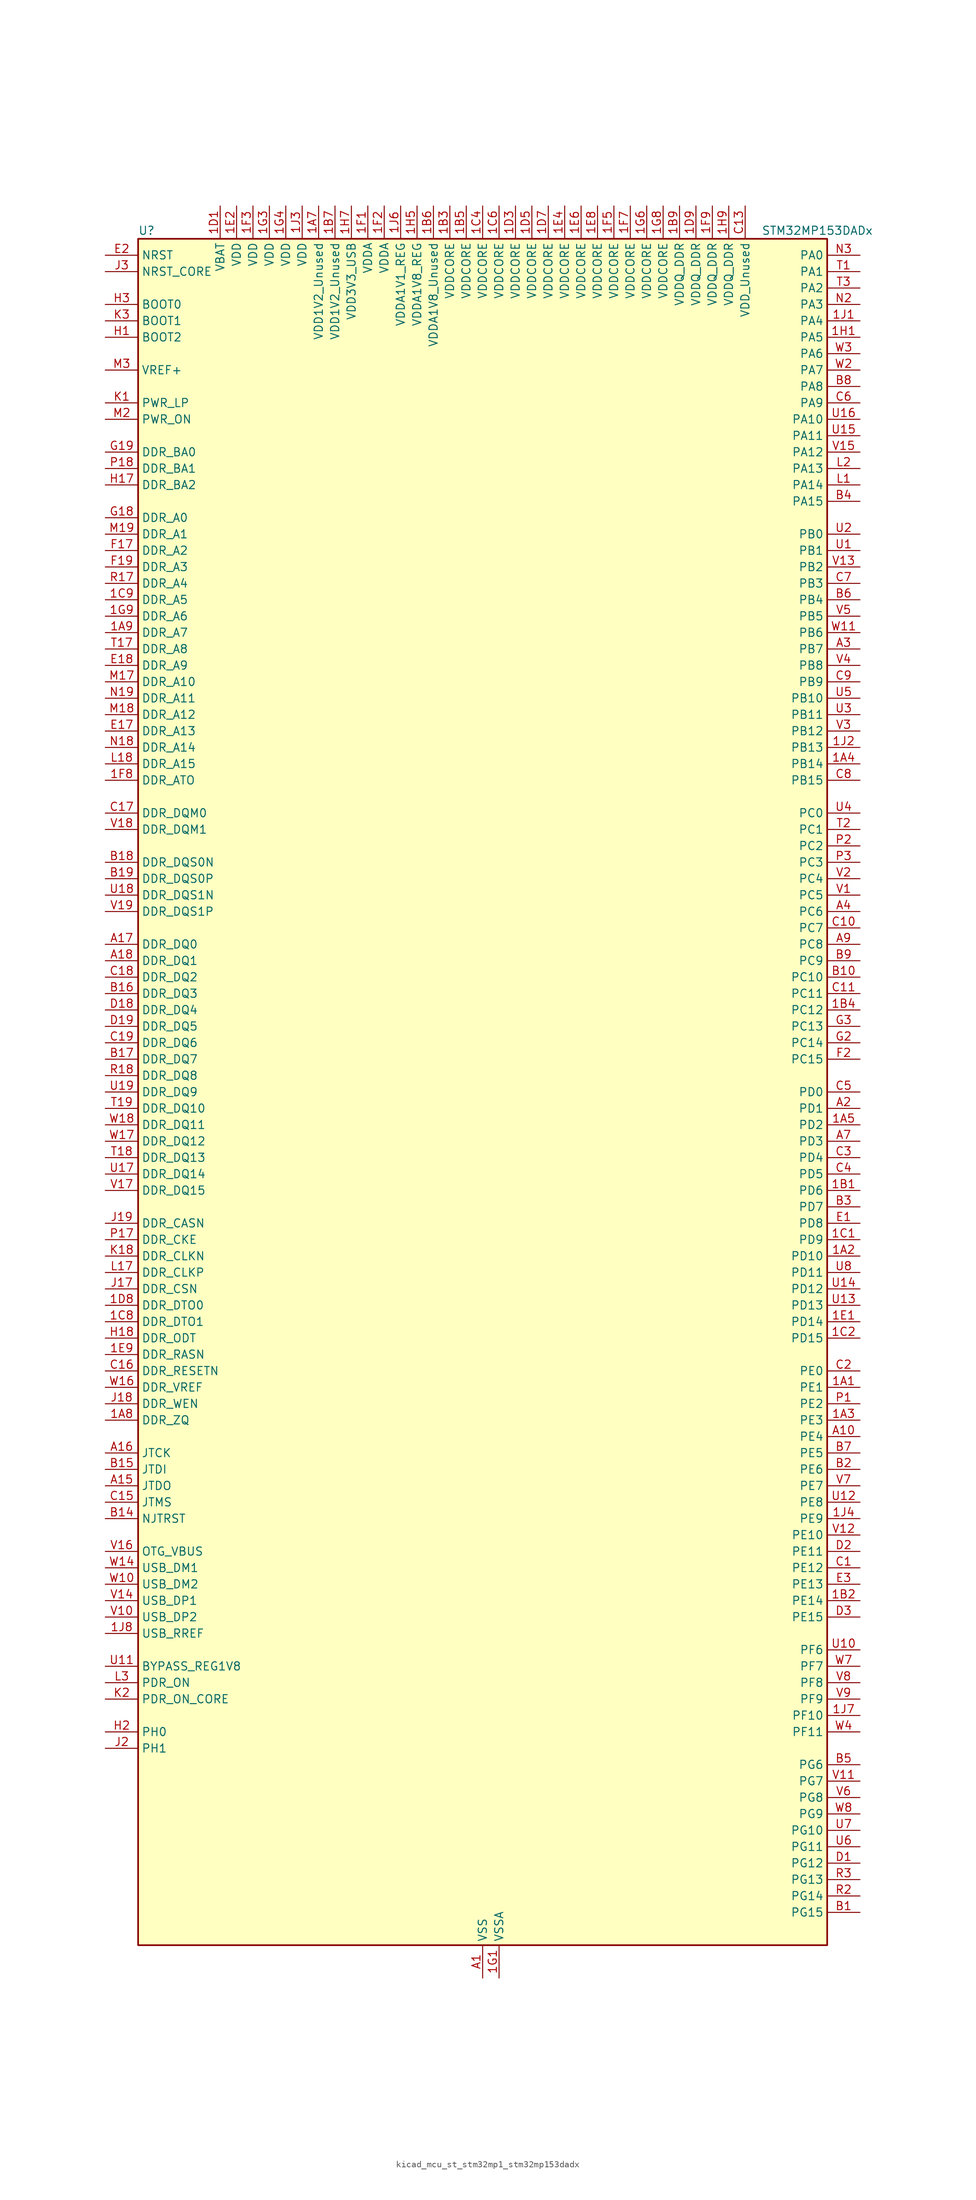
<source format=kicad_sym>
(kicad_symbol_lib
  (version 20220914)
  (generator kicad_symbol_editor)
  (symbol "kicad_mcu_st_stm32mp1_stm32mp153dadx"
    (property "Reference" "U"
      (at -53.34 133.35 0)
      (effects (font (size 1.27 1.27)) (justify left)))
    (property "Value" "STM32MP153DADx"
      (at 43.18 133.35 0)
      (effects (font (size 1.27 1.27)) (justify left)))
    (property "ki_locked" ""
      (at 0 0 0)
      (effects (font (size 1.27 1.27))))
    (symbol "kicad_mcu_st_stm32mp1_stm32mp153dadx_0_1"
      (rectangle (start -53.34 -132.08) (end 53.34 132.08) (stroke (width 0.254) (type default)) (fill (type background))))
    (symbol "kicad_mcu_st_stm32mp1_stm32mp153dadx_1_1"
      (pin bidirectional line (at 58.42 -45.72 180) (length 5.08) (name "PE1" (effects (font (size 1.27 1.27)))) (number "1A1" (effects (font (size 1.27 1.27)))) (alternate "DCMI_D3" bidirectional line) (alternate "FMC_NBL1" bidirectional line) (alternate "I2S2_MCK" bidirectional line) (alternate "LPTIM1_IN2" bidirectional line) (alternate "SAI3_SD_B" bidirectional line) (alternate "UART8_TX" bidirectional line))
      (pin bidirectional line (at 58.42 -25.4 180) (length 5.08) (name "PD10" (effects (font (size 1.27 1.27)))) (number "1A2" (effects (font (size 1.27 1.27)))) (alternate "DFSDM1_CKOUT" bidirectional line) (alternate "FMC_D15" bidirectional line) (alternate "FMC_DA15" bidirectional line) (alternate "I2C5_SMBA" bidirectional line) (alternate "I2S3_SDI" bidirectional line) (alternate "LTDC_B3" bidirectional line) (alternate "RTC_REFIN" bidirectional line) (alternate "SAI3_FS_B" bidirectional line) (alternate "SPI3_MISO" bidirectional line) (alternate "TIM16_BKIN" bidirectional line) (alternate "USART3_CK" bidirectional line))
      (pin bidirectional line (at 58.42 -50.8 180) (length 5.08) (name "PE3" (effects (font (size 1.27 1.27)))) (number "1A3" (effects (font (size 1.27 1.27)))) (alternate "DEBUG_TRACED0" bidirectional line) (alternate "FMC_A19" bidirectional line) (alternate "SAI1_SD_B" bidirectional line) (alternate "SDMMC2_CK" bidirectional line) (alternate "TIM15_BKIN" bidirectional line))
      (pin bidirectional line (at 58.42 50.8 180) (length 5.08) (name "PB14" (effects (font (size 1.27 1.27)))) (number "1A4" (effects (font (size 1.27 1.27)))) (alternate "DFSDM1_DATIN2" bidirectional line) (alternate "I2S2_SDI" bidirectional line) (alternate "SDMMC2_D0" bidirectional line) (alternate "SPI2_MISO" bidirectional line) (alternate "TIM12_CH1" bidirectional line) (alternate "TIM1_CH2N" bidirectional line) (alternate "TIM8_CH2N" bidirectional line) (alternate "USART1_TX" bidirectional line) (alternate "USART3_DE" bidirectional line) (alternate "USART3_RTS" bidirectional line))
      (pin bidirectional line (at 58.42 -5.08 180) (length 5.08) (name "PD2" (effects (font (size 1.27 1.27)))) (number "1A5" (effects (font (size 1.27 1.27)))) (alternate "DCMI_D11" bidirectional line) (alternate "I2C5_SMBA" bidirectional line) (alternate "SDMMC1_CMD" bidirectional line) (alternate "TIM3_ETR" bidirectional line) (alternate "UART4_RX" bidirectional line) (alternate "UART5_RX" bidirectional line))
      (pin passive line (at 0 -137.16 90) (length 5.08) hide (name "VSS" (effects (font (size 1.27 1.27)))) (number "1A6" (effects (font (size 1.27 1.27)))))
      (pin power_in line (at -25.4 137.16 270) (length 5.08) (name "VDD1V2_Unused" (effects (font (size 1.27 1.27)))) (number "1A7" (effects (font (size 1.27 1.27)))))
      (pin bidirectional line (at -58.42 -50.8 0) (length 5.08) (name "DDR_ZQ" (effects (font (size 1.27 1.27)))) (number "1A8" (effects (font (size 1.27 1.27)))) (alternate "DDR_ZQ" bidirectional line))
      (pin bidirectional line (at -58.42 71.12 0) (length 5.08) (name "DDR_A7" (effects (font (size 1.27 1.27)))) (number "1A9" (effects (font (size 1.27 1.27)))) (alternate "DDR_A7" bidirectional line))
      (pin bidirectional line (at 58.42 -15.24 180) (length 5.08) (name "PD6" (effects (font (size 1.27 1.27)))) (number "1B1" (effects (font (size 1.27 1.27)))) (alternate "DCMI_D10" bidirectional line) (alternate "DFSDM1_CKIN4" bidirectional line) (alternate "DFSDM1_DATIN1" bidirectional line) (alternate "FMC_NWAIT" bidirectional line) (alternate "I2S3_SDO" bidirectional line) (alternate "LTDC_B2" bidirectional line) (alternate "SAI1_D1" bidirectional line) (alternate "SAI1_SD_A" bidirectional line) (alternate "SPI3_MOSI" bidirectional line) (alternate "TIM16_CH1N" bidirectional line) (alternate "USART2_RX" bidirectional line))
      (pin bidirectional line (at 58.42 -78.74 180) (length 5.08) (name "PE14" (effects (font (size 1.27 1.27)))) (number "1B2" (effects (font (size 1.27 1.27)))) (alternate "FMC_D11" bidirectional line) (alternate "FMC_DA11" bidirectional line) (alternate "LTDC_CLK" bidirectional line) (alternate "LTDC_G0" bidirectional line) (alternate "SAI2_MCLK_B" bidirectional line) (alternate "SDMMC1_D123DIR" bidirectional line) (alternate "SPI4_MOSI" bidirectional line) (alternate "TIM1_CH4" bidirectional line) (alternate "UART8_DE" bidirectional line) (alternate "UART8_RTS" bidirectional line))
      (pin power_in line (at -5.08 137.16 270) (length 5.08) (name "VDDCORE" (effects (font (size 1.27 1.27)))) (number "1B3" (effects (font (size 1.27 1.27)))))
      (pin bidirectional line (at 58.42 12.7 180) (length 5.08) (name "PC12" (effects (font (size 1.27 1.27)))) (number "1B4" (effects (font (size 1.27 1.27)))) (alternate "DCMI_D9" bidirectional line) (alternate "DEBUG_TRACECLK" bidirectional line) (alternate "I2S3_SDO" bidirectional line) (alternate "RCC_MCO_2" bidirectional line) (alternate "SAI4_D3" bidirectional line) (alternate "SAI4_SD_B" bidirectional line) (alternate "SDMMC1_CK" bidirectional line) (alternate "SPI3_MOSI" bidirectional line) (alternate "UART5_TX" bidirectional line) (alternate "USART3_CK" bidirectional line))
      (pin power_in line (at -2.54 137.16 270) (length 5.08) (name "VDDCORE" (effects (font (size 1.27 1.27)))) (number "1B5" (effects (font (size 1.27 1.27)))))
      (pin power_in line (at -7.62 137.16 270) (length 5.08) (name "VDDA1V8_Unused" (effects (font (size 1.27 1.27)))) (number "1B6" (effects (font (size 1.27 1.27)))))
      (pin power_in line (at -22.86 137.16 270) (length 5.08) (name "VDD1V2_Unused" (effects (font (size 1.27 1.27)))) (number "1B7" (effects (font (size 1.27 1.27)))))
      (pin passive line (at 0 -137.16 90) (length 5.08) hide (name "VSS" (effects (font (size 1.27 1.27)))) (number "1B8" (effects (font (size 1.27 1.27)))))
      (pin power_in line (at 30.48 137.16 270) (length 5.08) (name "VDDQ_DDR" (effects (font (size 1.27 1.27)))) (number "1B9" (effects (font (size 1.27 1.27)))))
      (pin bidirectional line (at 58.42 -22.86 180) (length 5.08) (name "PD9" (effects (font (size 1.27 1.27)))) (number "1C1" (effects (font (size 1.27 1.27)))) (alternate "DAC1_EXTI9" bidirectional line) (alternate "DCMI_HSYNC" bidirectional line) (alternate "DFSDM1_DATIN3" bidirectional line) (alternate "FMC_D14" bidirectional line) (alternate "FMC_DA14" bidirectional line) (alternate "LTDC_B0" bidirectional line) (alternate "SAI3_SD_B" bidirectional line) (alternate "USART3_RX" bidirectional line))
      (pin bidirectional line (at 58.42 -38.1 180) (length 5.08) (name "PD15" (effects (font (size 1.27 1.27)))) (number "1C2" (effects (font (size 1.27 1.27)))) (alternate "ADC1_EXTI15" bidirectional line) (alternate "ADC2_EXTI15" bidirectional line) (alternate "FMC_D1" bidirectional line) (alternate "FMC_DA1" bidirectional line) (alternate "LTDC_R1" bidirectional line) (alternate "SAI3_MCLK_A" bidirectional line) (alternate "TIM4_CH4" bidirectional line) (alternate "UART8_CTS" bidirectional line))
      (pin passive line (at 0 -137.16 90) (length 5.08) hide (name "VSS" (effects (font (size 1.27 1.27)))) (number "1C3" (effects (font (size 1.27 1.27)))))
      (pin power_in line (at 0 137.16 270) (length 5.08) (name "VDDCORE" (effects (font (size 1.27 1.27)))) (number "1C4" (effects (font (size 1.27 1.27)))))
      (pin passive line (at 0 -137.16 90) (length 5.08) hide (name "VSS" (effects (font (size 1.27 1.27)))) (number "1C5" (effects (font (size 1.27 1.27)))))
      (pin power_in line (at 2.54 137.16 270) (length 5.08) (name "VDDCORE" (effects (font (size 1.27 1.27)))) (number "1C6" (effects (font (size 1.27 1.27)))))
      (pin passive line (at 0 -137.16 90) (length 5.08) hide (name "VSS" (effects (font (size 1.27 1.27)))) (number "1C7" (effects (font (size 1.27 1.27)))))
      (pin bidirectional line (at -58.42 -35.56 0) (length 5.08) (name "DDR_DTO1" (effects (font (size 1.27 1.27)))) (number "1C8" (effects (font (size 1.27 1.27)))) (alternate "DDR_DTO1" bidirectional line))
      (pin bidirectional line (at -58.42 76.2 0) (length 5.08) (name "DDR_A5" (effects (font (size 1.27 1.27)))) (number "1C9" (effects (font (size 1.27 1.27)))) (alternate "DDR_A5" bidirectional line))
      (pin power_in line (at -40.64 137.16 270) (length 5.08) (name "VBAT" (effects (font (size 1.27 1.27)))) (number "1D1" (effects (font (size 1.27 1.27)))))
      (pin passive line (at 0 -137.16 90) (length 5.08) hide (name "VSS" (effects (font (size 1.27 1.27)))) (number "1D2" (effects (font (size 1.27 1.27)))))
      (pin power_in line (at 5.08 137.16 270) (length 5.08) (name "VDDCORE" (effects (font (size 1.27 1.27)))) (number "1D3" (effects (font (size 1.27 1.27)))))
      (pin passive line (at 0 -137.16 90) (length 5.08) hide (name "VSS" (effects (font (size 1.27 1.27)))) (number "1D4" (effects (font (size 1.27 1.27)))))
      (pin power_in line (at 7.62 137.16 270) (length 5.08) (name "VDDCORE" (effects (font (size 1.27 1.27)))) (number "1D5" (effects (font (size 1.27 1.27)))))
      (pin passive line (at 0 -137.16 90) (length 5.08) hide (name "VSS" (effects (font (size 1.27 1.27)))) (number "1D6" (effects (font (size 1.27 1.27)))))
      (pin power_in line (at 10.16 137.16 270) (length 5.08) (name "VDDCORE" (effects (font (size 1.27 1.27)))) (number "1D7" (effects (font (size 1.27 1.27)))))
      (pin bidirectional line (at -58.42 -33.02 0) (length 5.08) (name "DDR_DTO0" (effects (font (size 1.27 1.27)))) (number "1D8" (effects (font (size 1.27 1.27)))) (alternate "DDR_DTO0" bidirectional line))
      (pin power_in line (at 33.02 137.16 270) (length 5.08) (name "VDDQ_DDR" (effects (font (size 1.27 1.27)))) (number "1D9" (effects (font (size 1.27 1.27)))))
      (pin bidirectional line (at 58.42 -35.56 180) (length 5.08) (name "PD14" (effects (font (size 1.27 1.27)))) (number "1E1" (effects (font (size 1.27 1.27)))) (alternate "FMC_D0" bidirectional line) (alternate "FMC_DA0" bidirectional line) (alternate "SAI3_MCLK_B" bidirectional line) (alternate "TIM4_CH3" bidirectional line) (alternate "UART8_CTS" bidirectional line))
      (pin power_in line (at -38.1 137.16 270) (length 5.08) (name "VDD" (effects (font (size 1.27 1.27)))) (number "1E2" (effects (font (size 1.27 1.27)))))
      (pin passive line (at 0 -137.16 90) (length 5.08) hide (name "VSS" (effects (font (size 1.27 1.27)))) (number "1E3" (effects (font (size 1.27 1.27)))))
      (pin power_in line (at 12.7 137.16 270) (length 5.08) (name "VDDCORE" (effects (font (size 1.27 1.27)))) (number "1E4" (effects (font (size 1.27 1.27)))))
      (pin passive line (at 0 -137.16 90) (length 5.08) hide (name "VSS" (effects (font (size 1.27 1.27)))) (number "1E5" (effects (font (size 1.27 1.27)))))
      (pin power_in line (at 15.24 137.16 270) (length 5.08) (name "VDDCORE" (effects (font (size 1.27 1.27)))) (number "1E6" (effects (font (size 1.27 1.27)))))
      (pin passive line (at 0 -137.16 90) (length 5.08) hide (name "VSS" (effects (font (size 1.27 1.27)))) (number "1E7" (effects (font (size 1.27 1.27)))))
      (pin power_in line (at 17.78 137.16 270) (length 5.08) (name "VDDCORE" (effects (font (size 1.27 1.27)))) (number "1E8" (effects (font (size 1.27 1.27)))))
      (pin bidirectional line (at -58.42 -40.64 0) (length 5.08) (name "DDR_RASN" (effects (font (size 1.27 1.27)))) (number "1E9" (effects (font (size 1.27 1.27)))) (alternate "DDR_RASN" bidirectional line))
      (pin power_in line (at -17.78 137.16 270) (length 5.08) (name "VDDA" (effects (font (size 1.27 1.27)))) (number "1F1" (effects (font (size 1.27 1.27)))))
      (pin power_in line (at -15.24 137.16 270) (length 5.08) (name "VDDA" (effects (font (size 1.27 1.27)))) (number "1F2" (effects (font (size 1.27 1.27)))))
      (pin power_in line (at -35.56 137.16 270) (length 5.08) (name "VDD" (effects (font (size 1.27 1.27)))) (number "1F3" (effects (font (size 1.27 1.27)))))
      (pin passive line (at 0 -137.16 90) (length 5.08) hide (name "VSS" (effects (font (size 1.27 1.27)))) (number "1F4" (effects (font (size 1.27 1.27)))))
      (pin power_in line (at 20.32 137.16 270) (length 5.08) (name "VDDCORE" (effects (font (size 1.27 1.27)))) (number "1F5" (effects (font (size 1.27 1.27)))))
      (pin passive line (at 0 -137.16 90) (length 5.08) hide (name "VSS" (effects (font (size 1.27 1.27)))) (number "1F6" (effects (font (size 1.27 1.27)))))
      (pin power_in line (at 22.86 137.16 270) (length 5.08) (name "VDDCORE" (effects (font (size 1.27 1.27)))) (number "1F7" (effects (font (size 1.27 1.27)))))
      (pin bidirectional line (at -58.42 48.26 0) (length 5.08) (name "DDR_ATO" (effects (font (size 1.27 1.27)))) (number "1F8" (effects (font (size 1.27 1.27)))) (alternate "DDR_ATO" bidirectional line))
      (pin power_in line (at 35.56 137.16 270) (length 5.08) (name "VDDQ_DDR" (effects (font (size 1.27 1.27)))) (number "1F9" (effects (font (size 1.27 1.27)))))
      (pin power_in line (at 2.54 -137.16 90) (length 5.08) (name "VSSA" (effects (font (size 1.27 1.27)))) (number "1G1" (effects (font (size 1.27 1.27)))))
      (pin passive line (at 0 -137.16 90) (length 5.08) hide (name "VSS" (effects (font (size 1.27 1.27)))) (number "1G2" (effects (font (size 1.27 1.27)))))
      (pin power_in line (at -33.02 137.16 270) (length 5.08) (name "VDD" (effects (font (size 1.27 1.27)))) (number "1G3" (effects (font (size 1.27 1.27)))))
      (pin power_in line (at -30.48 137.16 270) (length 5.08) (name "VDD" (effects (font (size 1.27 1.27)))) (number "1G4" (effects (font (size 1.27 1.27)))))
      (pin passive line (at 0 -137.16 90) (length 5.08) hide (name "VSS" (effects (font (size 1.27 1.27)))) (number "1G5" (effects (font (size 1.27 1.27)))))
      (pin power_in line (at 25.4 137.16 270) (length 5.08) (name "VDDCORE" (effects (font (size 1.27 1.27)))) (number "1G6" (effects (font (size 1.27 1.27)))))
      (pin passive line (at 0 -137.16 90) (length 5.08) hide (name "VSS" (effects (font (size 1.27 1.27)))) (number "1G7" (effects (font (size 1.27 1.27)))))
      (pin power_in line (at 27.94 137.16 270) (length 5.08) (name "VDDCORE" (effects (font (size 1.27 1.27)))) (number "1G8" (effects (font (size 1.27 1.27)))))
      (pin bidirectional line (at -58.42 73.66 0) (length 5.08) (name "DDR_A6" (effects (font (size 1.27 1.27)))) (number "1G9" (effects (font (size 1.27 1.27)))) (alternate "DDR_A6" bidirectional line))
      (pin bidirectional line (at 58.42 116.84 180) (length 5.08) (name "PA5" (effects (font (size 1.27 1.27)))) (number "1H1" (effects (font (size 1.27 1.27)))) (alternate "ADC1_INN18" bidirectional line) (alternate "ADC1_INP19" bidirectional line) (alternate "ADC2_INN18" bidirectional line) (alternate "ADC2_INP19" bidirectional line) (alternate "DAC1_OUT2" bidirectional line) (alternate "I2S1_CK" bidirectional line) (alternate "LTDC_R4" bidirectional line) (alternate "SAI4_CK1" bidirectional line) (alternate "SAI4_MCLK_A" bidirectional line) (alternate "SPI1_SCK" bidirectional line) (alternate "SPI6_SCK" bidirectional line) (alternate "TIM2_CH1" bidirectional line) (alternate "TIM2_ETR" bidirectional line) (alternate "TIM8_CH1N" bidirectional line))
      (pin passive line (at 0 -137.16 90) (length 5.08) hide (name "VSS" (effects (font (size 1.27 1.27)))) (number "1H2" (effects (font (size 1.27 1.27)))))
      (pin passive line (at 0 -137.16 90) (length 5.08) hide (name "VSS" (effects (font (size 1.27 1.27)))) (number "1H3" (effects (font (size 1.27 1.27)))))
      (pin passive line (at 0 -137.16 90) (length 5.08) hide (name "VSS" (effects (font (size 1.27 1.27)))) (number "1H4" (effects (font (size 1.27 1.27)))))
      (pin power_in line (at -10.16 137.16 270) (length 5.08) (name "VDDA1V8_REG" (effects (font (size 1.27 1.27)))) (number "1H5" (effects (font (size 1.27 1.27)))))
      (pin passive line (at 0 -137.16 90) (length 5.08) hide (name "VSS" (effects (font (size 1.27 1.27)))) (number "1H6" (effects (font (size 1.27 1.27)))))
      (pin power_in line (at -20.32 137.16 270) (length 5.08) (name "VDD3V3_USB" (effects (font (size 1.27 1.27)))) (number "1H7" (effects (font (size 1.27 1.27)))))
      (pin passive line (at 0 -137.16 90) (length 5.08) hide (name "VSS" (effects (font (size 1.27 1.27)))) (number "1H8" (effects (font (size 1.27 1.27)))))
      (pin power_in line (at 38.1 137.16 270) (length 5.08) (name "VDDQ_DDR" (effects (font (size 1.27 1.27)))) (number "1H9" (effects (font (size 1.27 1.27)))))
      (pin bidirectional line (at 58.42 119.38 180) (length 5.08) (name "PA4" (effects (font (size 1.27 1.27)))) (number "1J1" (effects (font (size 1.27 1.27)))) (alternate "ADC1_INP18" bidirectional line) (alternate "ADC2_INP18" bidirectional line) (alternate "DAC1_OUT1" bidirectional line) (alternate "DCMI_HSYNC" bidirectional line) (alternate "HDP_HDP0" bidirectional line) (alternate "I2S1_WS" bidirectional line) (alternate "I2S3_WS" bidirectional line) (alternate "LTDC_VSYNC" bidirectional line) (alternate "SAI4_D2" bidirectional line) (alternate "SAI4_FS_A" bidirectional line) (alternate "SPI1_NSS" bidirectional line) (alternate "SPI3_NSS" bidirectional line) (alternate "SPI6_NSS" bidirectional line) (alternate "TIM5_ETR" bidirectional line) (alternate "USART2_CK" bidirectional line))
      (pin bidirectional line (at 58.42 53.34 180) (length 5.08) (name "PB13" (effects (font (size 1.27 1.27)))) (number "1J2" (effects (font (size 1.27 1.27)))) (alternate "DFSDM1_CKIN1" bidirectional line) (alternate "DFSDM1_CKOUT" bidirectional line) (alternate "ETH1_TXD1" bidirectional line) (alternate "FDCAN2_TX" bidirectional line) (alternate "I2S2_CK" bidirectional line) (alternate "LPTIM2_OUT" bidirectional line) (alternate "SPI2_SCK" bidirectional line) (alternate "TIM1_CH1N" bidirectional line) (alternate "UART5_TX" bidirectional line) (alternate "USART3_CTS" bidirectional line) (alternate "USART3_NSS" bidirectional line))
      (pin power_in line (at -27.94 137.16 270) (length 5.08) (name "VDD" (effects (font (size 1.27 1.27)))) (number "1J3" (effects (font (size 1.27 1.27)))))
      (pin bidirectional line (at 58.42 -66.04 180) (length 5.08) (name "PE9" (effects (font (size 1.27 1.27)))) (number "1J4" (effects (font (size 1.27 1.27)))) (alternate "DAC1_EXTI9" bidirectional line) (alternate "DFSDM1_CKOUT" bidirectional line) (alternate "FMC_D6" bidirectional line) (alternate "FMC_DA6" bidirectional line) (alternate "QUADSPI_BK2_IO2" bidirectional line) (alternate "TIM1_CH1" bidirectional line) (alternate "UART7_DE" bidirectional line) (alternate "UART7_RTS" bidirectional line))
      (pin passive line (at 0 -137.16 90) (length 5.08) hide (name "VSS" (effects (font (size 1.27 1.27)))) (number "1J5" (effects (font (size 1.27 1.27)))))
      (pin power_in line (at -12.7 137.16 270) (length 5.08) (name "VDDA1V1_REG" (effects (font (size 1.27 1.27)))) (number "1J6" (effects (font (size 1.27 1.27)))))
      (pin bidirectional line (at 58.42 -96.52 180) (length 5.08) (name "PF10" (effects (font (size 1.27 1.27)))) (number "1J7" (effects (font (size 1.27 1.27)))) (alternate "DCMI_D11" bidirectional line) (alternate "LTDC_DE" bidirectional line) (alternate "QUADSPI_CLK" bidirectional line) (alternate "SAI1_D3" bidirectional line) (alternate "SAI1_D4" bidirectional line) (alternate "SAI4_D3" bidirectional line) (alternate "SAI4_D4" bidirectional line) (alternate "TIM16_BKIN" bidirectional line))
      (pin bidirectional line (at -58.42 -83.82 0) (length 5.08) (name "USB_RREF" (effects (font (size 1.27 1.27)))) (number "1J8" (effects (font (size 1.27 1.27)))))
      (pin passive line (at 0 -137.16 90) (length 5.08) hide (name "VSS" (effects (font (size 1.27 1.27)))) (number "1J9" (effects (font (size 1.27 1.27)))))
      (pin power_in line (at 0 -137.16 90) (length 5.08) (name "VSS" (effects (font (size 1.27 1.27)))) (number "A1" (effects (font (size 1.27 1.27)))))
      (pin bidirectional line (at 58.42 -53.34 180) (length 5.08) (name "PE4" (effects (font (size 1.27 1.27)))) (number "A10" (effects (font (size 1.27 1.27)))) (alternate "DCMI_D4" bidirectional line) (alternate "DEBUG_TRACED1" bidirectional line) (alternate "DFSDM1_DATIN3" bidirectional line) (alternate "FMC_A20" bidirectional line) (alternate "LTDC_B0" bidirectional line) (alternate "SAI1_D2" bidirectional line) (alternate "SAI1_FS_A" bidirectional line) (alternate "SDMMC1_CKIN" bidirectional line) (alternate "SDMMC1_D4" bidirectional line) (alternate "SDMMC2_CKIN" bidirectional line) (alternate "SDMMC2_D4" bidirectional line) (alternate "SPI4_NSS" bidirectional line) (alternate "TIM15_CH1N" bidirectional line))
      (pin no_connect line (at -53.34 -132.08 0) (length 5.08) hide (name "DNU" (effects (font (size 1.27 1.27)))) (number "A12" (effects (font (size 1.27 1.27)))))
      (pin no_connect line (at -53.34 -129.54 0) (length 5.08) hide (name "DNU" (effects (font (size 1.27 1.27)))) (number "A13" (effects (font (size 1.27 1.27)))))
      (pin bidirectional line (at -58.42 -60.96 0) (length 5.08) (name "JTDO" (effects (font (size 1.27 1.27)))) (number "A15" (effects (font (size 1.27 1.27)))) (alternate "DEBUG_JTDO-SWO" bidirectional line))
      (pin bidirectional line (at -58.42 -55.88 0) (length 5.08) (name "JTCK" (effects (font (size 1.27 1.27)))) (number "A16" (effects (font (size 1.27 1.27)))) (alternate "DEBUG_JTCK-SWCLK" bidirectional line))
      (pin bidirectional line (at -58.42 22.86 0) (length 5.08) (name "DDR_DQ0" (effects (font (size 1.27 1.27)))) (number "A17" (effects (font (size 1.27 1.27)))) (alternate "DDR_DQ0" bidirectional line))
      (pin bidirectional line (at -58.42 20.32 0) (length 5.08) (name "DDR_DQ1" (effects (font (size 1.27 1.27)))) (number "A18" (effects (font (size 1.27 1.27)))) (alternate "DDR_DQ1" bidirectional line))
      (pin passive line (at 0 -137.16 90) (length 5.08) hide (name "VSS" (effects (font (size 1.27 1.27)))) (number "A19" (effects (font (size 1.27 1.27)))))
      (pin bidirectional line (at 58.42 -2.54 180) (length 5.08) (name "PD1" (effects (font (size 1.27 1.27)))) (number "A2" (effects (font (size 1.27 1.27)))) (alternate "DFSDM1_CKIN7" bidirectional line) (alternate "DFSDM1_DATIN6" bidirectional line) (alternate "FDCAN1_TX" bidirectional line) (alternate "FMC_D3" bidirectional line) (alternate "FMC_DA3" bidirectional line) (alternate "I2C5_SCL" bidirectional line) (alternate "I2C6_SCL" bidirectional line) (alternate "SAI3_SD_A" bidirectional line) (alternate "SDMMC3_D0" bidirectional line) (alternate "UART4_TX" bidirectional line))
      (pin bidirectional line (at 58.42 68.58 180) (length 5.08) (name "PB7" (effects (font (size 1.27 1.27)))) (number "A3" (effects (font (size 1.27 1.27)))) (alternate "DCMI_VSYNC" bidirectional line) (alternate "DFSDM1_CKIN5" bidirectional line) (alternate "FMC_NL" bidirectional line) (alternate "I2C1_SDA" bidirectional line) (alternate "I2C4_SDA" bidirectional line) (alternate "SDMMC2_D1" bidirectional line) (alternate "TIM17_CH1N" bidirectional line) (alternate "TIM4_CH2" bidirectional line) (alternate "USART1_RX" bidirectional line))
      (pin bidirectional line (at 58.42 27.94 180) (length 5.08) (name "PC6" (effects (font (size 1.27 1.27)))) (number "A4" (effects (font (size 1.27 1.27)))) (alternate "DCMI_D0" bidirectional line) (alternate "DFSDM1_CKIN3" bidirectional line) (alternate "HDP_HDP1" bidirectional line) (alternate "I2S2_MCK" bidirectional line) (alternate "LTDC_HSYNC" bidirectional line) (alternate "SDMMC1_D0DIR" bidirectional line) (alternate "SDMMC1_D6" bidirectional line) (alternate "SDMMC2_D0DIR" bidirectional line) (alternate "SDMMC2_D6" bidirectional line) (alternate "TIM3_CH1" bidirectional line) (alternate "TIM8_CH1" bidirectional line) (alternate "USART6_TX" bidirectional line))
      (pin passive line (at 0 -137.16 90) (length 5.08) hide (name "VSS" (effects (font (size 1.27 1.27)))) (number "A6" (effects (font (size 1.27 1.27)))))
      (pin bidirectional line (at 58.42 -7.62 180) (length 5.08) (name "PD3" (effects (font (size 1.27 1.27)))) (number "A7" (effects (font (size 1.27 1.27)))) (alternate "DCMI_D5" bidirectional line) (alternate "DFSDM1_CKOUT" bidirectional line) (alternate "DFSDM1_DATIN0" bidirectional line) (alternate "FMC_CLK" bidirectional line) (alternate "HDP_HDP5" bidirectional line) (alternate "I2S2_CK" bidirectional line) (alternate "LTDC_G7" bidirectional line) (alternate "SDMMC1_D123DIR" bidirectional line) (alternate "SDMMC1_D7" bidirectional line) (alternate "SDMMC2_D123DIR" bidirectional line) (alternate "SDMMC2_D7" bidirectional line) (alternate "SPI2_SCK" bidirectional line) (alternate "USART2_CTS" bidirectional line) (alternate "USART2_NSS" bidirectional line))
      (pin bidirectional line (at 58.42 22.86 180) (length 5.08) (name "PC8" (effects (font (size 1.27 1.27)))) (number "A9" (effects (font (size 1.27 1.27)))) (alternate "DCMI_D2" bidirectional line) (alternate "DEBUG_TRACED0" bidirectional line) (alternate "SDMMC1_D0" bidirectional line) (alternate "TIM3_CH3" bidirectional line) (alternate "TIM8_CH3" bidirectional line) (alternate "UART4_TX" bidirectional line) (alternate "UART5_DE" bidirectional line) (alternate "UART5_RTS" bidirectional line) (alternate "USART6_CK" bidirectional line))
      (pin bidirectional line (at 58.42 -127 180) (length 5.08) (name "PG15" (effects (font (size 1.27 1.27)))) (number "B1" (effects (font (size 1.27 1.27)))) (alternate "ADC1_EXTI15" bidirectional line) (alternate "ADC2_EXTI15" bidirectional line) (alternate "DCMI_D13" bidirectional line) (alternate "DEBUG_TRACED7" bidirectional line) (alternate "I2C2_SDA" bidirectional line) (alternate "SAI1_D2" bidirectional line) (alternate "SAI1_FS_A" bidirectional line) (alternate "SDMMC3_CK" bidirectional line) (alternate "USART6_CTS" bidirectional line) (alternate "USART6_NSS" bidirectional line))
      (pin bidirectional line (at 58.42 17.78 180) (length 5.08) (name "PC10" (effects (font (size 1.27 1.27)))) (number "B10" (effects (font (size 1.27 1.27)))) (alternate "DCMI_D8" bidirectional line) (alternate "DEBUG_TRACED2" bidirectional line) (alternate "DFSDM1_CKIN5" bidirectional line) (alternate "I2S3_CK" bidirectional line) (alternate "LTDC_R2" bidirectional line) (alternate "QUADSPI_BK1_IO1" bidirectional line) (alternate "SAI4_MCLK_B" bidirectional line) (alternate "SDMMC1_D2" bidirectional line) (alternate "SPI3_SCK" bidirectional line) (alternate "UART4_TX" bidirectional line) (alternate "USART3_TX" bidirectional line))
      (pin no_connect line (at -53.34 -127 0) (length 5.08) hide (name "DNU" (effects (font (size 1.27 1.27)))) (number "B11" (effects (font (size 1.27 1.27)))))
      (pin no_connect line (at -53.34 -124.46 0) (length 5.08) hide (name "DNU" (effects (font (size 1.27 1.27)))) (number "B12" (effects (font (size 1.27 1.27)))))
      (pin no_connect line (at -53.34 -121.92 0) (length 5.08) hide (name "DNU" (effects (font (size 1.27 1.27)))) (number "B13" (effects (font (size 1.27 1.27)))))
      (pin bidirectional line (at -58.42 -66.04 0) (length 5.08) (name "NJTRST" (effects (font (size 1.27 1.27)))) (number "B14" (effects (font (size 1.27 1.27)))) (alternate "DEBUG_JTRST" bidirectional line))
      (pin bidirectional line (at -58.42 -58.42 0) (length 5.08) (name "JTDI" (effects (font (size 1.27 1.27)))) (number "B15" (effects (font (size 1.27 1.27)))) (alternate "DEBUG_JTDI" bidirectional line))
      (pin bidirectional line (at -58.42 15.24 0) (length 5.08) (name "DDR_DQ3" (effects (font (size 1.27 1.27)))) (number "B16" (effects (font (size 1.27 1.27)))) (alternate "DDR_DQ3" bidirectional line))
      (pin bidirectional line (at -58.42 5.08 0) (length 5.08) (name "DDR_DQ7" (effects (font (size 1.27 1.27)))) (number "B17" (effects (font (size 1.27 1.27)))) (alternate "DDR_DQ7" bidirectional line))
      (pin bidirectional line (at -58.42 35.56 0) (length 5.08) (name "DDR_DQS0N" (effects (font (size 1.27 1.27)))) (number "B18" (effects (font (size 1.27 1.27)))) (alternate "DDR_DQS0N" bidirectional line))
      (pin bidirectional line (at -58.42 33.02 0) (length 5.08) (name "DDR_DQS0P" (effects (font (size 1.27 1.27)))) (number "B19" (effects (font (size 1.27 1.27)))) (alternate "DDR_DQS0P" bidirectional line))
      (pin bidirectional line (at 58.42 -58.42 180) (length 5.08) (name "PE6" (effects (font (size 1.27 1.27)))) (number "B2" (effects (font (size 1.27 1.27)))) (alternate "DCMI_D7" bidirectional line) (alternate "DEBUG_TRACED2" bidirectional line) (alternate "FMC_A22" bidirectional line) (alternate "LTDC_G1" bidirectional line) (alternate "SAI1_D1" bidirectional line) (alternate "SAI1_SD_A" bidirectional line) (alternate "SAI2_MCLK_B" bidirectional line) (alternate "SDMMC1_D2" bidirectional line) (alternate "SDMMC2_D0" bidirectional line) (alternate "SPI4_MOSI" bidirectional line) (alternate "TIM15_CH2" bidirectional line) (alternate "TIM1_BKIN2" bidirectional line))
      (pin bidirectional line (at 58.42 -17.78 180) (length 5.08) (name "PD7" (effects (font (size 1.27 1.27)))) (number "B3" (effects (font (size 1.27 1.27)))) (alternate "DEBUG_TRACED6" bidirectional line) (alternate "DFSDM1_CKIN1" bidirectional line) (alternate "DFSDM1_DATIN4" bidirectional line) (alternate "FMC_NE1" bidirectional line) (alternate "I2C2_SCL" bidirectional line) (alternate "SDMMC3_D3" bidirectional line) (alternate "SPDIFRX_IN0" bidirectional line) (alternate "USART2_CK" bidirectional line))
      (pin bidirectional line (at 58.42 91.44 180) (length 5.08) (name "PA15" (effects (font (size 1.27 1.27)))) (number "B4" (effects (font (size 1.27 1.27)))) (alternate "ADC1_EXTI15" bidirectional line) (alternate "ADC2_EXTI15" bidirectional line) (alternate "CEC" bidirectional line) (alternate "DEBUG_DBTRGI" bidirectional line) (alternate "I2S1_WS" bidirectional line) (alternate "I2S3_WS" bidirectional line) (alternate "LTDC_R1" bidirectional line) (alternate "SAI4_D2" bidirectional line) (alternate "SAI4_FS_A" bidirectional line) (alternate "SDMMC1_CDIR" bidirectional line) (alternate "SDMMC1_D5" bidirectional line) (alternate "SDMMC2_CDIR" bidirectional line) (alternate "SDMMC2_D5" bidirectional line) (alternate "SPI1_NSS" bidirectional line) (alternate "SPI3_NSS" bidirectional line) (alternate "SPI6_NSS" bidirectional line) (alternate "TIM2_CH1" bidirectional line) (alternate "TIM2_ETR" bidirectional line) (alternate "UART4_DE" bidirectional line) (alternate "UART4_RTS" bidirectional line) (alternate "UART7_TX" bidirectional line))
      (pin bidirectional line (at 58.42 -104.14 180) (length 5.08) (name "PG6" (effects (font (size 1.27 1.27)))) (number "B5" (effects (font (size 1.27 1.27)))) (alternate "DCMI_D12" bidirectional line) (alternate "DEBUG_TRACED14" bidirectional line) (alternate "LTDC_R7" bidirectional line) (alternate "SDMMC2_CMD" bidirectional line) (alternate "TIM17_BKIN" bidirectional line))
      (pin bidirectional line (at 58.42 76.2 180) (length 5.08) (name "PB4" (effects (font (size 1.27 1.27)))) (number "B6" (effects (font (size 1.27 1.27)))) (alternate "DEBUG_TRACED8" bidirectional line) (alternate "I2S1_SDI" bidirectional line) (alternate "I2S2_WS" bidirectional line) (alternate "I2S3_SDI" bidirectional line) (alternate "SAI4_CK2" bidirectional line) (alternate "SAI4_SCK_A" bidirectional line) (alternate "SDMMC2_D3" bidirectional line) (alternate "SPI1_MISO" bidirectional line) (alternate "SPI2_NSS" bidirectional line) (alternate "SPI3_MISO" bidirectional line) (alternate "SPI6_MISO" bidirectional line) (alternate "TIM16_BKIN" bidirectional line) (alternate "TIM3_CH1" bidirectional line) (alternate "UART7_TX" bidirectional line))
      (pin bidirectional line (at 58.42 -55.88 180) (length 5.08) (name "PE5" (effects (font (size 1.27 1.27)))) (number "B7" (effects (font (size 1.27 1.27)))) (alternate "DCMI_D6" bidirectional line) (alternate "DEBUG_TRACED3" bidirectional line) (alternate "DFSDM1_CKIN3" bidirectional line) (alternate "FMC_A21" bidirectional line) (alternate "LTDC_G0" bidirectional line) (alternate "SAI1_CK2" bidirectional line) (alternate "SAI1_SCK_A" bidirectional line) (alternate "SDMMC1_D0DIR" bidirectional line) (alternate "SDMMC1_D6" bidirectional line) (alternate "SDMMC2_D0DIR" bidirectional line) (alternate "SDMMC2_D6" bidirectional line) (alternate "SPI4_MISO" bidirectional line) (alternate "TIM15_CH1" bidirectional line))
      (pin bidirectional line (at 58.42 109.22 180) (length 5.08) (name "PA8" (effects (font (size 1.27 1.27)))) (number "B8" (effects (font (size 1.27 1.27)))) (alternate "I2C3_SCL" bidirectional line) (alternate "I2S3_SDO" bidirectional line) (alternate "LTDC_R6" bidirectional line) (alternate "RCC_MCO_1" bidirectional line) (alternate "SAI4_SD_B" bidirectional line) (alternate "SDMMC2_CKIN" bidirectional line) (alternate "SDMMC2_D4" bidirectional line) (alternate "SPI3_MOSI" bidirectional line) (alternate "TIM1_CH1" bidirectional line) (alternate "TIM8_BKIN2" bidirectional line) (alternate "UART7_RX" bidirectional line) (alternate "USART1_CK" bidirectional line) (alternate "USB_OTG_HS_SOF" bidirectional line))
      (pin bidirectional line (at 58.42 20.32 180) (length 5.08) (name "PC9" (effects (font (size 1.27 1.27)))) (number "B9" (effects (font (size 1.27 1.27)))) (alternate "DAC1_EXTI9" bidirectional line) (alternate "DCMI_D3" bidirectional line) (alternate "DEBUG_TRACED1" bidirectional line) (alternate "I2C3_SDA" bidirectional line) (alternate "I2S_CKIN" bidirectional line) (alternate "LTDC_B2" bidirectional line) (alternate "QUADSPI_BK1_IO0" bidirectional line) (alternate "SDMMC1_D1" bidirectional line) (alternate "TIM3_CH4" bidirectional line) (alternate "TIM8_CH4" bidirectional line) (alternate "UART5_CTS" bidirectional line))
      (pin bidirectional line (at 58.42 -73.66 180) (length 5.08) (name "PE12" (effects (font (size 1.27 1.27)))) (number "C1" (effects (font (size 1.27 1.27)))) (alternate "DFSDM1_DATIN5" bidirectional line) (alternate "FMC_D9" bidirectional line) (alternate "FMC_DA9" bidirectional line) (alternate "LTDC_B4" bidirectional line) (alternate "SAI2_SCK_B" bidirectional line) (alternate "SDMMC1_D0DIR" bidirectional line) (alternate "SPI4_SCK" bidirectional line) (alternate "TIM1_CH3N" bidirectional line))
      (pin bidirectional line (at 58.42 25.4 180) (length 5.08) (name "PC7" (effects (font (size 1.27 1.27)))) (number "C10" (effects (font (size 1.27 1.27)))) (alternate "DCMI_D1" bidirectional line) (alternate "DFSDM1_DATIN3" bidirectional line) (alternate "HDP_HDP4" bidirectional line) (alternate "I2S3_MCK" bidirectional line) (alternate "LTDC_G6" bidirectional line) (alternate "SDMMC1_D123DIR" bidirectional line) (alternate "SDMMC1_D7" bidirectional line) (alternate "SDMMC2_D123DIR" bidirectional line) (alternate "SDMMC2_D7" bidirectional line) (alternate "TIM3_CH2" bidirectional line) (alternate "TIM8_CH2" bidirectional line) (alternate "USART6_RX" bidirectional line))
      (pin bidirectional line (at 58.42 15.24 180) (length 5.08) (name "PC11" (effects (font (size 1.27 1.27)))) (number "C11" (effects (font (size 1.27 1.27)))) (alternate "ADC1_EXTI11" bidirectional line) (alternate "ADC2_EXTI11" bidirectional line) (alternate "DCMI_D4" bidirectional line) (alternate "DEBUG_TRACED3" bidirectional line) (alternate "DFSDM1_DATIN5" bidirectional line) (alternate "I2S3_SDI" bidirectional line) (alternate "QUADSPI_BK2_NCS" bidirectional line) (alternate "SAI4_SCK_B" bidirectional line) (alternate "SDMMC1_D3" bidirectional line) (alternate "SPI3_MISO" bidirectional line) (alternate "UART4_RX" bidirectional line) (alternate "USART3_RX" bidirectional line))
      (pin no_connect line (at -53.34 -119.38 0) (length 5.08) hide (name "DNU" (effects (font (size 1.27 1.27)))) (number "C12" (effects (font (size 1.27 1.27)))))
      (pin power_in line (at 40.64 137.16 270) (length 5.08) (name "VDD_Unused" (effects (font (size 1.27 1.27)))) (number "C13" (effects (font (size 1.27 1.27)))))
      (pin passive line (at 0 -137.16 90) (length 5.08) hide (name "VSS" (effects (font (size 1.27 1.27)))) (number "C14" (effects (font (size 1.27 1.27)))))
      (pin bidirectional line (at -58.42 -63.5 0) (length 5.08) (name "JTMS" (effects (font (size 1.27 1.27)))) (number "C15" (effects (font (size 1.27 1.27)))) (alternate "DEBUG_JTMS-SWDIO" bidirectional line))
      (pin bidirectional line (at -58.42 -43.18 0) (length 5.08) (name "DDR_RESETN" (effects (font (size 1.27 1.27)))) (number "C16" (effects (font (size 1.27 1.27)))) (alternate "DDR_RESETN" bidirectional line))
      (pin bidirectional line (at -58.42 43.18 0) (length 5.08) (name "DDR_DQM0" (effects (font (size 1.27 1.27)))) (number "C17" (effects (font (size 1.27 1.27)))) (alternate "DDR_DQM0" bidirectional line))
      (pin bidirectional line (at -58.42 17.78 0) (length 5.08) (name "DDR_DQ2" (effects (font (size 1.27 1.27)))) (number "C18" (effects (font (size 1.27 1.27)))) (alternate "DDR_DQ2" bidirectional line))
      (pin bidirectional line (at -58.42 7.62 0) (length 5.08) (name "DDR_DQ6" (effects (font (size 1.27 1.27)))) (number "C19" (effects (font (size 1.27 1.27)))) (alternate "DDR_DQ6" bidirectional line))
      (pin bidirectional line (at 58.42 -43.18 180) (length 5.08) (name "PE0" (effects (font (size 1.27 1.27)))) (number "C2" (effects (font (size 1.27 1.27)))) (alternate "DCMI_D2" bidirectional line) (alternate "FMC_NBL0" bidirectional line) (alternate "I2S3_CK" bidirectional line) (alternate "LPTIM1_ETR" bidirectional line) (alternate "LPTIM2_ETR" bidirectional line) (alternate "SAI2_MCLK_A" bidirectional line) (alternate "SAI4_MCLK_B" bidirectional line) (alternate "SPI3_SCK" bidirectional line) (alternate "TIM4_ETR" bidirectional line) (alternate "UART8_RX" bidirectional line))
      (pin bidirectional line (at 58.42 -10.16 180) (length 5.08) (name "PD4" (effects (font (size 1.27 1.27)))) (number "C3" (effects (font (size 1.27 1.27)))) (alternate "DFSDM1_CKIN0" bidirectional line) (alternate "FMC_NOE" bidirectional line) (alternate "SAI3_FS_A" bidirectional line) (alternate "SDMMC3_D1" bidirectional line) (alternate "USART2_DE" bidirectional line) (alternate "USART2_RTS" bidirectional line))
      (pin bidirectional line (at 58.42 -12.7 180) (length 5.08) (name "PD5" (effects (font (size 1.27 1.27)))) (number "C4" (effects (font (size 1.27 1.27)))) (alternate "FMC_NWE" bidirectional line) (alternate "SDMMC3_D2" bidirectional line) (alternate "USART2_TX" bidirectional line))
      (pin bidirectional line (at 58.42 0 180) (length 5.08) (name "PD0" (effects (font (size 1.27 1.27)))) (number "C5" (effects (font (size 1.27 1.27)))) (alternate "DFSDM1_CKIN6" bidirectional line) (alternate "DFSDM1_DATIN7" bidirectional line) (alternate "FDCAN1_RX" bidirectional line) (alternate "FMC_D2" bidirectional line) (alternate "FMC_DA2" bidirectional line) (alternate "I2C5_SDA" bidirectional line) (alternate "I2C6_SDA" bidirectional line) (alternate "SAI3_SCK_A" bidirectional line) (alternate "SDMMC3_CMD" bidirectional line) (alternate "UART4_RX" bidirectional line))
      (pin bidirectional line (at 58.42 106.68 180) (length 5.08) (name "PA9" (effects (font (size 1.27 1.27)))) (number "C6" (effects (font (size 1.27 1.27)))) (alternate "DAC1_EXTI9" bidirectional line) (alternate "DCMI_D0" bidirectional line) (alternate "I2C3_SMBA" bidirectional line) (alternate "I2S2_CK" bidirectional line) (alternate "LTDC_R5" bidirectional line) (alternate "SDMMC2_CDIR" bidirectional line) (alternate "SDMMC2_D5" bidirectional line) (alternate "SPI2_SCK" bidirectional line) (alternate "TIM1_CH2" bidirectional line) (alternate "USART1_TX" bidirectional line))
      (pin bidirectional line (at 58.42 78.74 180) (length 5.08) (name "PB3" (effects (font (size 1.27 1.27)))) (number "C7" (effects (font (size 1.27 1.27)))) (alternate "DEBUG_TRACED9" bidirectional line) (alternate "I2S1_CK" bidirectional line) (alternate "I2S3_CK" bidirectional line) (alternate "SAI4_CK1" bidirectional line) (alternate "SAI4_MCLK_A" bidirectional line) (alternate "SDMMC2_D2" bidirectional line) (alternate "SPI1_SCK" bidirectional line) (alternate "SPI3_SCK" bidirectional line) (alternate "SPI6_SCK" bidirectional line) (alternate "TIM2_CH2" bidirectional line) (alternate "UART7_RX" bidirectional line))
      (pin bidirectional line (at 58.42 48.26 180) (length 5.08) (name "PB15" (effects (font (size 1.27 1.27)))) (number "C8" (effects (font (size 1.27 1.27)))) (alternate "ADC1_EXTI15" bidirectional line) (alternate "ADC2_EXTI15" bidirectional line) (alternate "DFSDM1_CKIN2" bidirectional line) (alternate "I2S2_SDO" bidirectional line) (alternate "RTC_REFIN" bidirectional line) (alternate "SDMMC2_D1" bidirectional line) (alternate "SPI2_MOSI" bidirectional line) (alternate "TIM12_CH2" bidirectional line) (alternate "TIM1_CH3N" bidirectional line) (alternate "TIM8_CH3N" bidirectional line) (alternate "USART1_RX" bidirectional line))
      (pin bidirectional line (at 58.42 63.5 180) (length 5.08) (name "PB9" (effects (font (size 1.27 1.27)))) (number "C9" (effects (font (size 1.27 1.27)))) (alternate "DAC1_EXTI9" bidirectional line) (alternate "DCMI_D7" bidirectional line) (alternate "DFSDM1_DATIN7" bidirectional line) (alternate "FDCAN1_TX" bidirectional line) (alternate "HDP_HDP7" bidirectional line) (alternate "I2C1_SDA" bidirectional line) (alternate "I2C4_SDA" bidirectional line) (alternate "I2S2_WS" bidirectional line) (alternate "LTDC_B7" bidirectional line) (alternate "SDMMC1_CDIR" bidirectional line) (alternate "SDMMC1_D5" bidirectional line) (alternate "SDMMC2_CDIR" bidirectional line) (alternate "SDMMC2_D5" bidirectional line) (alternate "SPI2_NSS" bidirectional line) (alternate "TIM17_CH1" bidirectional line) (alternate "TIM4_CH4" bidirectional line) (alternate "UART4_TX" bidirectional line))
      (pin bidirectional line (at 58.42 -119.38 180) (length 5.08) (name "PG12" (effects (font (size 1.27 1.27)))) (number "D1" (effects (font (size 1.27 1.27)))) (alternate "ETH1_PHY_INTN" bidirectional line) (alternate "FMC_NE4" bidirectional line) (alternate "LPTIM1_IN1" bidirectional line) (alternate "LTDC_B1" bidirectional line) (alternate "LTDC_B4" bidirectional line) (alternate "SAI4_CK2" bidirectional line) (alternate "SAI4_SCK_A" bidirectional line) (alternate "SPDIFRX_IN1" bidirectional line) (alternate "SPI6_MISO" bidirectional line) (alternate "USART6_DE" bidirectional line) (alternate "USART6_RTS" bidirectional line))
      (pin passive line (at 0 -137.16 90) (length 5.08) hide (name "VSS" (effects (font (size 1.27 1.27)))) (number "D17" (effects (font (size 1.27 1.27)))))
      (pin bidirectional line (at -58.42 12.7 0) (length 5.08) (name "DDR_DQ4" (effects (font (size 1.27 1.27)))) (number "D18" (effects (font (size 1.27 1.27)))) (alternate "DDR_DQ4" bidirectional line))
      (pin bidirectional line (at -58.42 10.16 0) (length 5.08) (name "DDR_DQ5" (effects (font (size 1.27 1.27)))) (number "D19" (effects (font (size 1.27 1.27)))) (alternate "DDR_DQ5" bidirectional line))
      (pin bidirectional line (at 58.42 -71.12 180) (length 5.08) (name "PE11" (effects (font (size 1.27 1.27)))) (number "D2" (effects (font (size 1.27 1.27)))) (alternate "ADC1_EXTI11" bidirectional line) (alternate "ADC2_EXTI11" bidirectional line) (alternate "DCMI_D4" bidirectional line) (alternate "DFSDM1_CKIN4" bidirectional line) (alternate "FMC_D8" bidirectional line) (alternate "FMC_DA8" bidirectional line) (alternate "LTDC_G3" bidirectional line) (alternate "SAI2_SD_B" bidirectional line) (alternate "SPI4_NSS" bidirectional line) (alternate "TIM1_CH2" bidirectional line) (alternate "USART6_CK" bidirectional line))
      (pin bidirectional line (at 58.42 -81.28 180) (length 5.08) (name "PE15" (effects (font (size 1.27 1.27)))) (number "D3" (effects (font (size 1.27 1.27)))) (alternate "ADC1_EXTI15" bidirectional line) (alternate "ADC2_EXTI15" bidirectional line) (alternate "FMC_D12" bidirectional line) (alternate "FMC_DA12" bidirectional line) (alternate "FMC_NCE2" bidirectional line) (alternate "HDP_HDP3" bidirectional line) (alternate "LTDC_R7" bidirectional line) (alternate "TIM15_BKIN" bidirectional line) (alternate "TIM1_BKIN" bidirectional line) (alternate "UART8_CTS" bidirectional line) (alternate "USART2_CTS" bidirectional line) (alternate "USART2_NSS" bidirectional line))
      (pin bidirectional line (at 58.42 -20.32 180) (length 5.08) (name "PD8" (effects (font (size 1.27 1.27)))) (number "E1" (effects (font (size 1.27 1.27)))) (alternate "DFSDM1_CKIN3" bidirectional line) (alternate "FMC_D13" bidirectional line) (alternate "FMC_DA13" bidirectional line) (alternate "LTDC_B7" bidirectional line) (alternate "SAI3_SCK_B" bidirectional line) (alternate "SPDIFRX_IN1" bidirectional line) (alternate "USART3_TX" bidirectional line))
      (pin bidirectional line (at -58.42 55.88 0) (length 5.08) (name "DDR_A13" (effects (font (size 1.27 1.27)))) (number "E17" (effects (font (size 1.27 1.27)))) (alternate "DDR_A13" bidirectional line))
      (pin bidirectional line (at -58.42 66.04 0) (length 5.08) (name "DDR_A9" (effects (font (size 1.27 1.27)))) (number "E18" (effects (font (size 1.27 1.27)))) (alternate "DDR_A9" bidirectional line))
      (pin input line (at -58.42 129.54 0) (length 5.08) (name "NRST" (effects (font (size 1.27 1.27)))) (number "E2" (effects (font (size 1.27 1.27)))))
      (pin bidirectional line (at 58.42 -76.2 180) (length 5.08) (name "PE13" (effects (font (size 1.27 1.27)))) (number "E3" (effects (font (size 1.27 1.27)))) (alternate "DCMI_D6" bidirectional line) (alternate "DFSDM1_CKIN5" bidirectional line) (alternate "FMC_D10" bidirectional line) (alternate "FMC_DA10" bidirectional line) (alternate "HDP_HDP2" bidirectional line) (alternate "LTDC_DE" bidirectional line) (alternate "SAI2_FS_B" bidirectional line) (alternate "SPI4_MISO" bidirectional line) (alternate "TIM1_CH3" bidirectional line))
      (pin bidirectional line (at -58.42 83.82 0) (length 5.08) (name "DDR_A2" (effects (font (size 1.27 1.27)))) (number "F17" (effects (font (size 1.27 1.27)))) (alternate "DDR_A2" bidirectional line))
      (pin passive line (at 0 -137.16 90) (length 5.08) hide (name "VSS" (effects (font (size 1.27 1.27)))) (number "F18" (effects (font (size 1.27 1.27)))))
      (pin bidirectional line (at -58.42 81.28 0) (length 5.08) (name "DDR_A3" (effects (font (size 1.27 1.27)))) (number "F19" (effects (font (size 1.27 1.27)))) (alternate "DDR_A3" bidirectional line))
      (pin bidirectional line (at 58.42 5.08 180) (length 5.08) (name "PC15" (effects (font (size 1.27 1.27)))) (number "F2" (effects (font (size 1.27 1.27)))) (alternate "ADC1_EXTI15" bidirectional line) (alternate "ADC2_EXTI15" bidirectional line) (alternate "RCC_OSC32_OUT" bidirectional line))
      (pin passive line (at 0 -137.16 90) (length 5.08) hide (name "VSS" (effects (font (size 1.27 1.27)))) (number "F3" (effects (font (size 1.27 1.27)))))
      (pin passive line (at 0 -137.16 90) (length 5.08) hide (name "VSS" (effects (font (size 1.27 1.27)))) (number "G1" (effects (font (size 1.27 1.27)))))
      (pin passive line (at 0 -137.16 90) (length 5.08) hide (name "VSS" (effects (font (size 1.27 1.27)))) (number "G17" (effects (font (size 1.27 1.27)))))
      (pin bidirectional line (at -58.42 88.9 0) (length 5.08) (name "DDR_A0" (effects (font (size 1.27 1.27)))) (number "G18" (effects (font (size 1.27 1.27)))) (alternate "DDR_A0" bidirectional line))
      (pin bidirectional line (at -58.42 99.06 0) (length 5.08) (name "DDR_BA0" (effects (font (size 1.27 1.27)))) (number "G19" (effects (font (size 1.27 1.27)))) (alternate "DDR_BA0" bidirectional line))
      (pin bidirectional line (at 58.42 7.62 180) (length 5.08) (name "PC14" (effects (font (size 1.27 1.27)))) (number "G2" (effects (font (size 1.27 1.27)))) (alternate "RCC_OSC32_IN" bidirectional line))
      (pin bidirectional line (at 58.42 10.16 180) (length 5.08) (name "PC13" (effects (font (size 1.27 1.27)))) (number "G3" (effects (font (size 1.27 1.27)))) (alternate "PWR_WKUP3" bidirectional line) (alternate "RTC_LSCO" bidirectional line) (alternate "RTC_TS" bidirectional line) (alternate "TAMP_IN1" bidirectional line) (alternate "TAMP_OUT2" bidirectional line) (alternate "TAMP_OUT3" bidirectional line))
      (pin input line (at -58.42 116.84 0) (length 5.08) (name "BOOT2" (effects (font (size 1.27 1.27)))) (number "H1" (effects (font (size 1.27 1.27)))))
      (pin bidirectional line (at -58.42 93.98 0) (length 5.08) (name "DDR_BA2" (effects (font (size 1.27 1.27)))) (number "H17" (effects (font (size 1.27 1.27)))) (alternate "DDR_BA2" bidirectional line))
      (pin bidirectional line (at -58.42 -38.1 0) (length 5.08) (name "DDR_ODT" (effects (font (size 1.27 1.27)))) (number "H18" (effects (font (size 1.27 1.27)))) (alternate "DDR_ODT" bidirectional line))
      (pin bidirectional line (at -58.42 -99.06 0) (length 5.08) (name "PH0" (effects (font (size 1.27 1.27)))) (number "H2" (effects (font (size 1.27 1.27)))) (alternate "RCC_OSC_IN" bidirectional line))
      (pin input line (at -58.42 121.92 0) (length 5.08) (name "BOOT0" (effects (font (size 1.27 1.27)))) (number "H3" (effects (font (size 1.27 1.27)))))
      (pin bidirectional line (at -58.42 -30.48 0) (length 5.08) (name "DDR_CSN" (effects (font (size 1.27 1.27)))) (number "J17" (effects (font (size 1.27 1.27)))) (alternate "DDR_CSN" bidirectional line))
      (pin bidirectional line (at -58.42 -48.26 0) (length 5.08) (name "DDR_WEN" (effects (font (size 1.27 1.27)))) (number "J18" (effects (font (size 1.27 1.27)))) (alternate "DDR_WEN" bidirectional line))
      (pin bidirectional line (at -58.42 -20.32 0) (length 5.08) (name "DDR_CASN" (effects (font (size 1.27 1.27)))) (number "J19" (effects (font (size 1.27 1.27)))) (alternate "DDR_CASN" bidirectional line))
      (pin bidirectional line (at -58.42 -101.6 0) (length 5.08) (name "PH1" (effects (font (size 1.27 1.27)))) (number "J2" (effects (font (size 1.27 1.27)))) (alternate "RCC_OSC_OUT" bidirectional line))
      (pin input line (at -58.42 127 0) (length 5.08) (name "NRST_CORE" (effects (font (size 1.27 1.27)))) (number "J3" (effects (font (size 1.27 1.27)))))
      (pin output line (at -58.42 106.68 0) (length 5.08) (name "PWR_LP" (effects (font (size 1.27 1.27)))) (number "K1" (effects (font (size 1.27 1.27)))))
      (pin passive line (at 0 -137.16 90) (length 5.08) hide (name "VSS" (effects (font (size 1.27 1.27)))) (number "K17" (effects (font (size 1.27 1.27)))))
      (pin bidirectional line (at -58.42 -25.4 0) (length 5.08) (name "DDR_CLKN" (effects (font (size 1.27 1.27)))) (number "K18" (effects (font (size 1.27 1.27)))) (alternate "DDR_CLKN" bidirectional line))
      (pin passive line (at 0 -137.16 90) (length 5.08) hide (name "VSS" (effects (font (size 1.27 1.27)))) (number "K19" (effects (font (size 1.27 1.27)))))
      (pin bidirectional line (at -58.42 -93.98 0) (length 5.08) (name "PDR_ON_CORE" (effects (font (size 1.27 1.27)))) (number "K2" (effects (font (size 1.27 1.27)))))
      (pin input line (at -58.42 119.38 0) (length 5.08) (name "BOOT1" (effects (font (size 1.27 1.27)))) (number "K3" (effects (font (size 1.27 1.27)))))
      (pin bidirectional line (at 58.42 93.98 180) (length 5.08) (name "PA14" (effects (font (size 1.27 1.27)))) (number "L1" (effects (font (size 1.27 1.27)))) (alternate "DEBUG_DBTRGI" bidirectional line) (alternate "DEBUG_DBTRGO" bidirectional line) (alternate "RCC_MCO_2" bidirectional line))
      (pin bidirectional line (at -58.42 -27.94 0) (length 5.08) (name "DDR_CLKP" (effects (font (size 1.27 1.27)))) (number "L17" (effects (font (size 1.27 1.27)))) (alternate "DDR_CLKP" bidirectional line))
      (pin bidirectional line (at -58.42 50.8 0) (length 5.08) (name "DDR_A15" (effects (font (size 1.27 1.27)))) (number "L18" (effects (font (size 1.27 1.27)))) (alternate "DDR_A15" bidirectional line))
      (pin bidirectional line (at 58.42 96.52 180) (length 5.08) (name "PA13" (effects (font (size 1.27 1.27)))) (number "L2" (effects (font (size 1.27 1.27)))) (alternate "DEBUG_DBTRGI" bidirectional line) (alternate "DEBUG_DBTRGO" bidirectional line) (alternate "RCC_MCO_1" bidirectional line) (alternate "UART4_TX" bidirectional line))
      (pin bidirectional line (at -58.42 -91.44 0) (length 5.08) (name "PDR_ON" (effects (font (size 1.27 1.27)))) (number "L3" (effects (font (size 1.27 1.27)))))
      (pin bidirectional line (at -58.42 63.5 0) (length 5.08) (name "DDR_A10" (effects (font (size 1.27 1.27)))) (number "M17" (effects (font (size 1.27 1.27)))) (alternate "DDR_A10" bidirectional line))
      (pin bidirectional line (at -58.42 58.42 0) (length 5.08) (name "DDR_A12" (effects (font (size 1.27 1.27)))) (number "M18" (effects (font (size 1.27 1.27)))) (alternate "DDR_A12" bidirectional line))
      (pin bidirectional line (at -58.42 86.36 0) (length 5.08) (name "DDR_A1" (effects (font (size 1.27 1.27)))) (number "M19" (effects (font (size 1.27 1.27)))) (alternate "DDR_A1" bidirectional line))
      (pin output line (at -58.42 104.14 0) (length 5.08) (name "PWR_ON" (effects (font (size 1.27 1.27)))) (number "M2" (effects (font (size 1.27 1.27)))))
      (pin input line (at -58.42 111.76 0) (length 5.08) (name "VREF+" (effects (font (size 1.27 1.27)))) (number "M3" (effects (font (size 1.27 1.27)))))
      (pin passive line (at 0 -137.16 90) (length 5.08) hide (name "VSS" (effects (font (size 1.27 1.27)))) (number "N1" (effects (font (size 1.27 1.27)))))
      (pin passive line (at 0 -137.16 90) (length 5.08) hide (name "VSS" (effects (font (size 1.27 1.27)))) (number "N17" (effects (font (size 1.27 1.27)))))
      (pin bidirectional line (at -58.42 53.34 0) (length 5.08) (name "DDR_A14" (effects (font (size 1.27 1.27)))) (number "N18" (effects (font (size 1.27 1.27)))) (alternate "DDR_A14" bidirectional line))
      (pin bidirectional line (at -58.42 60.96 0) (length 5.08) (name "DDR_A11" (effects (font (size 1.27 1.27)))) (number "N19" (effects (font (size 1.27 1.27)))) (alternate "DDR_A11" bidirectional line))
      (pin bidirectional line (at 58.42 121.92 180) (length 5.08) (name "PA3" (effects (font (size 1.27 1.27)))) (number "N2" (effects (font (size 1.27 1.27)))) (alternate "ADC1_INP15" bidirectional line) (alternate "ETH1_COL" bidirectional line) (alternate "LPTIM5_OUT" bidirectional line) (alternate "LTDC_B2" bidirectional line) (alternate "LTDC_B5" bidirectional line) (alternate "PWR_PVD_IN" bidirectional line) (alternate "TIM15_CH2" bidirectional line) (alternate "TIM2_CH4" bidirectional line) (alternate "TIM5_CH4" bidirectional line) (alternate "USART2_RX" bidirectional line))
      (pin bidirectional line (at 58.42 129.54 180) (length 5.08) (name "PA0" (effects (font (size 1.27 1.27)))) (number "N3" (effects (font (size 1.27 1.27)))) (alternate "ADC1_INP16" bidirectional line) (alternate "ETH1_CRS" bidirectional line) (alternate "PWR_WKUP1" bidirectional line) (alternate "SAI2_SD_B" bidirectional line) (alternate "SDMMC2_CMD" bidirectional line) (alternate "TIM15_BKIN" bidirectional line) (alternate "TIM2_CH1" bidirectional line) (alternate "TIM2_ETR" bidirectional line) (alternate "TIM5_CH1" bidirectional line) (alternate "TIM8_ETR" bidirectional line) (alternate "UART4_TX" bidirectional line) (alternate "USART2_CTS" bidirectional line) (alternate "USART2_NSS" bidirectional line))
      (pin bidirectional line (at 58.42 -48.26 180) (length 5.08) (name "PE2" (effects (font (size 1.27 1.27)))) (number "P1" (effects (font (size 1.27 1.27)))) (alternate "DEBUG_TRACECLK" bidirectional line) (alternate "ETH1_TXD3" bidirectional line) (alternate "FMC_A23" bidirectional line) (alternate "I2C4_SCL" bidirectional line) (alternate "QUADSPI_BK1_IO2" bidirectional line) (alternate "SAI1_CK1" bidirectional line) (alternate "SAI1_MCLK_A" bidirectional line) (alternate "SPI4_SCK" bidirectional line))
      (pin bidirectional line (at -58.42 -22.86 0) (length 5.08) (name "DDR_CKE" (effects (font (size 1.27 1.27)))) (number "P17" (effects (font (size 1.27 1.27)))) (alternate "DDR_CKE" bidirectional line))
      (pin bidirectional line (at -58.42 96.52 0) (length 5.08) (name "DDR_BA1" (effects (font (size 1.27 1.27)))) (number "P18" (effects (font (size 1.27 1.27)))) (alternate "DDR_BA1" bidirectional line))
      (pin bidirectional line (at 58.42 38.1 180) (length 5.08) (name "PC2" (effects (font (size 1.27 1.27)))) (number "P2" (effects (font (size 1.27 1.27)))) (alternate "ADC1_INN11" bidirectional line) (alternate "ADC1_INP12" bidirectional line) (alternate "DCMI_PIXCLK" bidirectional line) (alternate "DFSDM1_CKIN1" bidirectional line) (alternate "DFSDM1_CKOUT" bidirectional line) (alternate "ETH1_TXD2" bidirectional line) (alternate "I2S2_SDI" bidirectional line) (alternate "SPI2_MISO" bidirectional line))
      (pin bidirectional line (at 58.42 35.56 180) (length 5.08) (name "PC3" (effects (font (size 1.27 1.27)))) (number "P3" (effects (font (size 1.27 1.27)))) (alternate "ADC1_INN12" bidirectional line) (alternate "ADC1_INP13" bidirectional line) (alternate "DEBUG_TRACECLK" bidirectional line) (alternate "DFSDM1_DATIN1" bidirectional line) (alternate "ETH1_TX_CLK" bidirectional line) (alternate "I2S2_SDO" bidirectional line) (alternate "SPI2_MOSI" bidirectional line))
      (pin bidirectional line (at -58.42 78.74 0) (length 5.08) (name "DDR_A4" (effects (font (size 1.27 1.27)))) (number "R17" (effects (font (size 1.27 1.27)))) (alternate "DDR_A4" bidirectional line))
      (pin bidirectional line (at -58.42 2.54 0) (length 5.08) (name "DDR_DQ8" (effects (font (size 1.27 1.27)))) (number "R18" (effects (font (size 1.27 1.27)))) (alternate "DDR_DQ8" bidirectional line))
      (pin passive line (at 0 -137.16 90) (length 5.08) hide (name "VSS" (effects (font (size 1.27 1.27)))) (number "R19" (effects (font (size 1.27 1.27)))))
      (pin bidirectional line (at 58.42 -124.46 180) (length 5.08) (name "PG14" (effects (font (size 1.27 1.27)))) (number "R2" (effects (font (size 1.27 1.27)))) (alternate "DEBUG_TRACED1" bidirectional line) (alternate "ETH1_TXD1" bidirectional line) (alternate "FMC_A25" bidirectional line) (alternate "LPTIM1_ETR" bidirectional line) (alternate "LTDC_B0" bidirectional line) (alternate "QUADSPI_BK2_IO3" bidirectional line) (alternate "SAI4_D1" bidirectional line) (alternate "SAI4_SD_A" bidirectional line) (alternate "SPI6_MOSI" bidirectional line) (alternate "USART6_TX" bidirectional line))
      (pin bidirectional line (at 58.42 -121.92 180) (length 5.08) (name "PG13" (effects (font (size 1.27 1.27)))) (number "R3" (effects (font (size 1.27 1.27)))) (alternate "DEBUG_TRACED0" bidirectional line) (alternate "ETH1_TXD0" bidirectional line) (alternate "FMC_A24" bidirectional line) (alternate "LPTIM1_OUT" bidirectional line) (alternate "LTDC_R0" bidirectional line) (alternate "SAI1_CK2" bidirectional line) (alternate "SAI1_SCK_A" bidirectional line) (alternate "SAI4_CK1" bidirectional line) (alternate "SAI4_MCLK_A" bidirectional line) (alternate "SPI6_SCK" bidirectional line) (alternate "USART6_CTS" bidirectional line) (alternate "USART6_NSS" bidirectional line))
      (pin bidirectional line (at 58.42 127 180) (length 5.08) (name "PA1" (effects (font (size 1.27 1.27)))) (number "T1" (effects (font (size 1.27 1.27)))) (alternate "ADC1_INN16" bidirectional line) (alternate "ADC1_INP17" bidirectional line) (alternate "ETH1_CLK" bidirectional line) (alternate "ETH1_REF_CLK" bidirectional line) (alternate "ETH1_RX_CLK" bidirectional line) (alternate "LPTIM3_OUT" bidirectional line) (alternate "LTDC_R2" bidirectional line) (alternate "QUADSPI_BK1_IO3" bidirectional line) (alternate "SAI2_MCLK_B" bidirectional line) (alternate "TIM15_CH1N" bidirectional line) (alternate "TIM2_CH2" bidirectional line) (alternate "TIM5_CH2" bidirectional line) (alternate "UART4_RX" bidirectional line) (alternate "USART2_DE" bidirectional line) (alternate "USART2_RTS" bidirectional line))
      (pin bidirectional line (at -58.42 68.58 0) (length 5.08) (name "DDR_A8" (effects (font (size 1.27 1.27)))) (number "T17" (effects (font (size 1.27 1.27)))) (alternate "DDR_A8" bidirectional line))
      (pin bidirectional line (at -58.42 -10.16 0) (length 5.08) (name "DDR_DQ13" (effects (font (size 1.27 1.27)))) (number "T18" (effects (font (size 1.27 1.27)))) (alternate "DDR_DQ13" bidirectional line))
      (pin bidirectional line (at -58.42 -2.54 0) (length 5.08) (name "DDR_DQ10" (effects (font (size 1.27 1.27)))) (number "T19" (effects (font (size 1.27 1.27)))) (alternate "DDR_DQ10" bidirectional line))
      (pin bidirectional line (at 58.42 40.64 180) (length 5.08) (name "PC1" (effects (font (size 1.27 1.27)))) (number "T2" (effects (font (size 1.27 1.27)))) (alternate "ADC1_INN10" bidirectional line) (alternate "ADC1_INP11" bidirectional line) (alternate "ADC2_INN10" bidirectional line) (alternate "ADC2_INP11" bidirectional line) (alternate "DEBUG_TRACED0" bidirectional line) (alternate "DFSDM1_CKIN4" bidirectional line) (alternate "DFSDM1_DATIN0" bidirectional line) (alternate "ETH1_MDC" bidirectional line) (alternate "I2S2_SDO" bidirectional line) (alternate "PWR_WKUP6" bidirectional line) (alternate "SAI1_D1" bidirectional line) (alternate "SAI1_SD_A" bidirectional line) (alternate "SDMMC2_CK" bidirectional line) (alternate "SPI2_MOSI" bidirectional line) (alternate "TAMP_IN3" bidirectional line))
      (pin bidirectional line (at 58.42 124.46 180) (length 5.08) (name "PA2" (effects (font (size 1.27 1.27)))) (number "T3" (effects (font (size 1.27 1.27)))) (alternate "ADC1_INP14" bidirectional line) (alternate "ETH1_MDIO" bidirectional line) (alternate "LPTIM4_OUT" bidirectional line) (alternate "LTDC_R1" bidirectional line) (alternate "PWR_WKUP2" bidirectional line) (alternate "SAI2_SCK_B" bidirectional line) (alternate "SDMMC2_D0DIR" bidirectional line) (alternate "TIM15_CH1" bidirectional line) (alternate "TIM2_CH3" bidirectional line) (alternate "TIM5_CH3" bidirectional line) (alternate "USART2_TX" bidirectional line))
      (pin bidirectional line (at 58.42 83.82 180) (length 5.08) (name "PB1" (effects (font (size 1.27 1.27)))) (number "U1" (effects (font (size 1.27 1.27)))) (alternate "ADC1_INP5" bidirectional line) (alternate "ADC2_INP5" bidirectional line) (alternate "DFSDM1_DATIN1" bidirectional line) (alternate "ETH1_RXD3" bidirectional line) (alternate "LTDC_G0" bidirectional line) (alternate "LTDC_R6" bidirectional line) (alternate "TIM1_CH3N" bidirectional line) (alternate "TIM3_CH4" bidirectional line) (alternate "TIM8_CH3N" bidirectional line))
      (pin bidirectional line (at 58.42 -86.36 180) (length 5.08) (name "PF6" (effects (font (size 1.27 1.27)))) (number "U10" (effects (font (size 1.27 1.27)))) (alternate "QUADSPI_BK1_IO3" bidirectional line) (alternate "SAI1_SD_B" bidirectional line) (alternate "SAI4_SCK_B" bidirectional line) (alternate "SPI5_NSS" bidirectional line) (alternate "TIM16_CH1" bidirectional line) (alternate "UART7_RX" bidirectional line))
      (pin bidirectional line (at -58.42 -88.9 0) (length 5.08) (name "BYPASS_REG1V8" (effects (font (size 1.27 1.27)))) (number "U11" (effects (font (size 1.27 1.27)))))
      (pin bidirectional line (at 58.42 -63.5 180) (length 5.08) (name "PE8" (effects (font (size 1.27 1.27)))) (number "U12" (effects (font (size 1.27 1.27)))) (alternate "DFSDM1_CKIN2" bidirectional line) (alternate "FMC_D5" bidirectional line) (alternate "FMC_DA5" bidirectional line) (alternate "QUADSPI_BK2_IO1" bidirectional line) (alternate "TIM1_CH1N" bidirectional line) (alternate "UART7_TX" bidirectional line))
      (pin bidirectional line (at 58.42 -33.02 180) (length 5.08) (name "PD13" (effects (font (size 1.27 1.27)))) (number "U13" (effects (font (size 1.27 1.27)))) (alternate "FMC_A18" bidirectional line) (alternate "I2C1_SDA" bidirectional line) (alternate "I2C4_SDA" bidirectional line) (alternate "I2S3_MCK" bidirectional line) (alternate "LPTIM1_OUT" bidirectional line) (alternate "QUADSPI_BK1_IO3" bidirectional line) (alternate "SAI2_SCK_A" bidirectional line) (alternate "TIM4_CH2" bidirectional line))
      (pin bidirectional line (at 58.42 -30.48 180) (length 5.08) (name "PD12" (effects (font (size 1.27 1.27)))) (number "U14" (effects (font (size 1.27 1.27)))) (alternate "FMC_A17" bidirectional line) (alternate "FMC_ALE" bidirectional line) (alternate "I2C1_SCL" bidirectional line) (alternate "I2C4_SCL" bidirectional line) (alternate "LPTIM1_IN1" bidirectional line) (alternate "LPTIM2_IN1" bidirectional line) (alternate "QUADSPI_BK1_IO1" bidirectional line) (alternate "SAI2_FS_A" bidirectional line) (alternate "TIM4_CH1" bidirectional line) (alternate "USART3_DE" bidirectional line) (alternate "USART3_RTS" bidirectional line))
      (pin bidirectional line (at 58.42 101.6 180) (length 5.08) (name "PA11" (effects (font (size 1.27 1.27)))) (number "U15" (effects (font (size 1.27 1.27)))) (alternate "ADC1_EXTI11" bidirectional line) (alternate "ADC2_EXTI11" bidirectional line) (alternate "FDCAN1_RX" bidirectional line) (alternate "I2C5_SCL" bidirectional line) (alternate "I2C6_SCL" bidirectional line) (alternate "I2S2_WS" bidirectional line) (alternate "LTDC_R4" bidirectional line) (alternate "SPI2_NSS" bidirectional line) (alternate "TIM1_CH4" bidirectional line) (alternate "UART4_RX" bidirectional line) (alternate "USART1_CTS" bidirectional line) (alternate "USART1_NSS" bidirectional line))
      (pin bidirectional line (at 58.42 104.14 180) (length 5.08) (name "PA10" (effects (font (size 1.27 1.27)))) (number "U16" (effects (font (size 1.27 1.27)))) (alternate "DCMI_D1" bidirectional line) (alternate "I2S3_WS" bidirectional line) (alternate "LTDC_B1" bidirectional line) (alternate "SAI4_FS_B" bidirectional line) (alternate "SPI3_NSS" bidirectional line) (alternate "TIM1_CH3" bidirectional line) (alternate "USART1_RX" bidirectional line) (alternate "USB_OTG_HS_ID" bidirectional line))
      (pin bidirectional line (at -58.42 -12.7 0) (length 5.08) (name "DDR_DQ14" (effects (font (size 1.27 1.27)))) (number "U17" (effects (font (size 1.27 1.27)))) (alternate "DDR_DQ14" bidirectional line))
      (pin bidirectional line (at -58.42 30.48 0) (length 5.08) (name "DDR_DQS1N" (effects (font (size 1.27 1.27)))) (number "U18" (effects (font (size 1.27 1.27)))) (alternate "DDR_DQS1N" bidirectional line))
      (pin bidirectional line (at -58.42 0 0) (length 5.08) (name "DDR_DQ9" (effects (font (size 1.27 1.27)))) (number "U19" (effects (font (size 1.27 1.27)))) (alternate "DDR_DQ9" bidirectional line))
      (pin bidirectional line (at 58.42 86.36 180) (length 5.08) (name "PB0" (effects (font (size 1.27 1.27)))) (number "U2" (effects (font (size 1.27 1.27)))) (alternate "ADC1_INN5" bidirectional line) (alternate "ADC1_INP9" bidirectional line) (alternate "ADC2_INN5" bidirectional line) (alternate "ADC2_INP9" bidirectional line) (alternate "DFSDM1_CKOUT" bidirectional line) (alternate "ETH1_RXD2" bidirectional line) (alternate "LTDC_G1" bidirectional line) (alternate "LTDC_R3" bidirectional line) (alternate "TIM1_CH2N" bidirectional line) (alternate "TIM3_CH3" bidirectional line) (alternate "TIM8_CH2N" bidirectional line) (alternate "UART4_CTS" bidirectional line))
      (pin bidirectional line (at 58.42 58.42 180) (length 5.08) (name "PB11" (effects (font (size 1.27 1.27)))) (number "U3" (effects (font (size 1.27 1.27)))) (alternate "ADC1_EXTI11" bidirectional line) (alternate "ADC2_EXTI11" bidirectional line) (alternate "DFSDM1_CKIN7" bidirectional line) (alternate "ETH1_TX_CTL" bidirectional line) (alternate "ETH1_TX_EN" bidirectional line) (alternate "I2C2_SDA" bidirectional line) (alternate "LPTIM2_ETR" bidirectional line) (alternate "LTDC_G5" bidirectional line) (alternate "TIM2_CH4" bidirectional line) (alternate "USART3_RX" bidirectional line))
      (pin bidirectional line (at 58.42 43.18 180) (length 5.08) (name "PC0" (effects (font (size 1.27 1.27)))) (number "U4" (effects (font (size 1.27 1.27)))) (alternate "ADC1_INP10" bidirectional line) (alternate "ADC2_INP10" bidirectional line) (alternate "DFSDM1_CKIN0" bidirectional line) (alternate "DFSDM1_DATIN4" bidirectional line) (alternate "LPTIM2_IN2" bidirectional line) (alternate "LTDC_R5" bidirectional line) (alternate "QUADSPI_BK2_NCS" bidirectional line) (alternate "SAI2_FS_B" bidirectional line))
      (pin bidirectional line (at 58.42 60.96 180) (length 5.08) (name "PB10" (effects (font (size 1.27 1.27)))) (number "U5" (effects (font (size 1.27 1.27)))) (alternate "DFSDM1_DATIN7" bidirectional line) (alternate "ETH1_RX_ER" bidirectional line) (alternate "I2C2_SCL" bidirectional line) (alternate "I2S2_CK" bidirectional line) (alternate "LPTIM2_IN1" bidirectional line) (alternate "LTDC_G4" bidirectional line) (alternate "QUADSPI_BK1_NCS" bidirectional line) (alternate "SPI2_SCK" bidirectional line) (alternate "TIM2_CH3" bidirectional line) (alternate "USART3_TX" bidirectional line))
      (pin bidirectional line (at 58.42 -116.84 180) (length 5.08) (name "PG11" (effects (font (size 1.27 1.27)))) (number "U6" (effects (font (size 1.27 1.27)))) (alternate "ADC1_EXTI11" bidirectional line) (alternate "ADC2_EXTI11" bidirectional line) (alternate "DCMI_D3" bidirectional line) (alternate "DEBUG_TRACED11" bidirectional line) (alternate "ETH1_TX_CTL" bidirectional line) (alternate "ETH1_TX_EN" bidirectional line) (alternate "LTDC_B3" bidirectional line) (alternate "SPDIFRX_IN0" bidirectional line) (alternate "UART4_TX" bidirectional line) (alternate "USART1_TX" bidirectional line))
      (pin bidirectional line (at 58.42 -114.3 180) (length 5.08) (name "PG10" (effects (font (size 1.27 1.27)))) (number "U7" (effects (font (size 1.27 1.27)))) (alternate "DCMI_D2" bidirectional line) (alternate "DEBUG_TRACED10" bidirectional line) (alternate "FMC_NE3" bidirectional line) (alternate "LTDC_B2" bidirectional line) (alternate "LTDC_G3" bidirectional line) (alternate "QUADSPI_BK2_IO2" bidirectional line) (alternate "SAI2_SD_B" bidirectional line) (alternate "UART8_CTS" bidirectional line))
      (pin bidirectional line (at 58.42 -27.94 180) (length 5.08) (name "PD11" (effects (font (size 1.27 1.27)))) (number "U8" (effects (font (size 1.27 1.27)))) (alternate "ADC1_EXTI11" bidirectional line) (alternate "ADC2_EXTI11" bidirectional line) (alternate "FMC_A16" bidirectional line) (alternate "FMC_CLE" bidirectional line) (alternate "I2C1_SMBA" bidirectional line) (alternate "I2C4_SMBA" bidirectional line) (alternate "LPTIM2_IN2" bidirectional line) (alternate "QUADSPI_BK1_IO0" bidirectional line) (alternate "SAI2_SD_A" bidirectional line) (alternate "USART3_CTS" bidirectional line) (alternate "USART3_NSS" bidirectional line))
      (pin passive line (at 0 -137.16 90) (length 5.08) hide (name "VSS" (effects (font (size 1.27 1.27)))) (number "U9" (effects (font (size 1.27 1.27)))))
      (pin bidirectional line (at 58.42 30.48 180) (length 5.08) (name "PC5" (effects (font (size 1.27 1.27)))) (number "V1" (effects (font (size 1.27 1.27)))) (alternate "ADC1_INN4" bidirectional line) (alternate "ADC1_INP8" bidirectional line) (alternate "ADC2_INN4" bidirectional line) (alternate "ADC2_INP8" bidirectional line) (alternate "DFSDM1_DATIN2" bidirectional line) (alternate "ETH1_RXD1" bidirectional line) (alternate "SAI1_D3" bidirectional line) (alternate "SAI1_D4" bidirectional line) (alternate "SAI4_D3" bidirectional line) (alternate "SAI4_D4" bidirectional line) (alternate "SPDIFRX_IN3" bidirectional line))
      (pin bidirectional line (at -58.42 -81.28 0) (length 5.08) (name "USB_DP2" (effects (font (size 1.27 1.27)))) (number "V10" (effects (font (size 1.27 1.27)))) (alternate "USBH_HS2_DP" bidirectional line) (alternate "USB_OTG_HS_DP" bidirectional line))
      (pin bidirectional line (at 58.42 -106.68 180) (length 5.08) (name "PG7" (effects (font (size 1.27 1.27)))) (number "V11" (effects (font (size 1.27 1.27)))) (alternate "DCMI_D13" bidirectional line) (alternate "DEBUG_TRACED5" bidirectional line) (alternate "LTDC_CLK" bidirectional line) (alternate "QUADSPI_BK2_IO3" bidirectional line) (alternate "QUADSPI_CLK" bidirectional line) (alternate "SAI1_MCLK_A" bidirectional line) (alternate "UART8_DE" bidirectional line) (alternate "UART8_RTS" bidirectional line) (alternate "USART6_CK" bidirectional line))
      (pin bidirectional line (at 58.42 -68.58 180) (length 5.08) (name "PE10" (effects (font (size 1.27 1.27)))) (number "V12" (effects (font (size 1.27 1.27)))) (alternate "DFSDM1_DATIN4" bidirectional line) (alternate "FMC_D7" bidirectional line) (alternate "FMC_DA7" bidirectional line) (alternate "QUADSPI_BK2_IO3" bidirectional line) (alternate "TIM1_CH2N" bidirectional line) (alternate "UART7_CTS" bidirectional line))
      (pin bidirectional line (at 58.42 81.28 180) (length 5.08) (name "PB2" (effects (font (size 1.27 1.27)))) (number "V13" (effects (font (size 1.27 1.27)))) (alternate "DEBUG_TRACED4" bidirectional line) (alternate "DFSDM1_CKIN1" bidirectional line) (alternate "I2S3_SDO" bidirectional line) (alternate "I2S_CKIN" bidirectional line) (alternate "QUADSPI_CLK" bidirectional line) (alternate "SAI1_D1" bidirectional line) (alternate "SAI1_SD_A" bidirectional line) (alternate "SPI3_MOSI" bidirectional line) (alternate "UART4_RX" bidirectional line) (alternate "USART1_RX" bidirectional line))
      (pin bidirectional line (at -58.42 -78.74 0) (length 5.08) (name "USB_DP1" (effects (font (size 1.27 1.27)))) (number "V14" (effects (font (size 1.27 1.27)))) (alternate "USBH_HS1_DP" bidirectional line))
      (pin bidirectional line (at 58.42 99.06 180) (length 5.08) (name "PA12" (effects (font (size 1.27 1.27)))) (number "V15" (effects (font (size 1.27 1.27)))) (alternate "FDCAN1_TX" bidirectional line) (alternate "I2C5_SDA" bidirectional line) (alternate "I2C6_SDA" bidirectional line) (alternate "LTDC_R5" bidirectional line) (alternate "SAI2_FS_B" bidirectional line) (alternate "TIM1_ETR" bidirectional line) (alternate "UART4_TX" bidirectional line) (alternate "USART1_DE" bidirectional line) (alternate "USART1_RTS" bidirectional line))
      (pin bidirectional line (at -58.42 -71.12 0) (length 5.08) (name "OTG_VBUS" (effects (font (size 1.27 1.27)))) (number "V16" (effects (font (size 1.27 1.27)))) (alternate "USB_OTG_HS_VBUS" bidirectional line))
      (pin bidirectional line (at -58.42 -15.24 0) (length 5.08) (name "DDR_DQ15" (effects (font (size 1.27 1.27)))) (number "V17" (effects (font (size 1.27 1.27)))) (alternate "DDR_DQ15" bidirectional line))
      (pin bidirectional line (at -58.42 40.64 0) (length 5.08) (name "DDR_DQM1" (effects (font (size 1.27 1.27)))) (number "V18" (effects (font (size 1.27 1.27)))) (alternate "DDR_DQM1" bidirectional line))
      (pin bidirectional line (at -58.42 27.94 0) (length 5.08) (name "DDR_DQS1P" (effects (font (size 1.27 1.27)))) (number "V19" (effects (font (size 1.27 1.27)))) (alternate "DDR_DQS1P" bidirectional line))
      (pin bidirectional line (at 58.42 33.02 180) (length 5.08) (name "PC4" (effects (font (size 1.27 1.27)))) (number "V2" (effects (font (size 1.27 1.27)))) (alternate "ADC1_INP4" bidirectional line) (alternate "ADC2_INP4" bidirectional line) (alternate "DFSDM1_CKIN2" bidirectional line) (alternate "ETH1_RXD0" bidirectional line) (alternate "I2S1_MCK" bidirectional line) (alternate "SPDIFRX_IN2" bidirectional line))
      (pin bidirectional line (at 58.42 55.88 180) (length 5.08) (name "PB12" (effects (font (size 1.27 1.27)))) (number "V3" (effects (font (size 1.27 1.27)))) (alternate "DFSDM1_DATIN1" bidirectional line) (alternate "ETH1_TXD0" bidirectional line) (alternate "FDCAN2_RX" bidirectional line) (alternate "I2C2_SMBA" bidirectional line) (alternate "I2C6_SMBA" bidirectional line) (alternate "I2S2_WS" bidirectional line) (alternate "SPI2_NSS" bidirectional line) (alternate "TIM1_BKIN" bidirectional line) (alternate "UART5_RX" bidirectional line) (alternate "USART3_CK" bidirectional line) (alternate "USART3_RX" bidirectional line))
      (pin bidirectional line (at 58.42 66.04 180) (length 5.08) (name "PB8" (effects (font (size 1.27 1.27)))) (number "V4" (effects (font (size 1.27 1.27)))) (alternate "DCMI_D6" bidirectional line) (alternate "DFSDM1_CKIN7" bidirectional line) (alternate "ETH1_TXD3" bidirectional line) (alternate "FDCAN1_RX" bidirectional line) (alternate "HDP_HDP6" bidirectional line) (alternate "I2C1_SCL" bidirectional line) (alternate "I2C4_SCL" bidirectional line) (alternate "LTDC_B6" bidirectional line) (alternate "SDMMC1_CKIN" bidirectional line) (alternate "SDMMC1_D4" bidirectional line) (alternate "SDMMC2_CKIN" bidirectional line) (alternate "SDMMC2_D4" bidirectional line) (alternate "TIM16_CH1" bidirectional line) (alternate "TIM4_CH3" bidirectional line) (alternate "UART4_RX" bidirectional line))
      (pin bidirectional line (at 58.42 73.66 180) (length 5.08) (name "PB5" (effects (font (size 1.27 1.27)))) (number "V5" (effects (font (size 1.27 1.27)))) (alternate "DCMI_D10" bidirectional line) (alternate "ETH1_CLK" bidirectional line) (alternate "ETH1_PPS_OUT" bidirectional line) (alternate "FDCAN2_RX" bidirectional line) (alternate "I2C1_SMBA" bidirectional line) (alternate "I2C4_SMBA" bidirectional line) (alternate "I2S1_SDO" bidirectional line) (alternate "I2S3_SDO" bidirectional line) (alternate "LTDC_G7" bidirectional line) (alternate "SAI4_D1" bidirectional line) (alternate "SAI4_SD_A" bidirectional line) (alternate "SPI1_MOSI" bidirectional line) (alternate "SPI3_MOSI" bidirectional line) (alternate "SPI6_MOSI" bidirectional line) (alternate "TIM17_BKIN" bidirectional line) (alternate "TIM3_CH2" bidirectional line) (alternate "UART5_RX" bidirectional line))
      (pin bidirectional line (at 58.42 -109.22 180) (length 5.08) (name "PG8" (effects (font (size 1.27 1.27)))) (number "V6" (effects (font (size 1.27 1.27)))) (alternate "DEBUG_TRACED15" bidirectional line) (alternate "ETH1_CLK" bidirectional line) (alternate "ETH1_PPS_OUT" bidirectional line) (alternate "LTDC_G7" bidirectional line) (alternate "SAI4_D2" bidirectional line) (alternate "SAI4_FS_A" bidirectional line) (alternate "SPDIFRX_IN2" bidirectional line) (alternate "SPI6_NSS" bidirectional line) (alternate "TIM2_CH1" bidirectional line) (alternate "TIM2_ETR" bidirectional line) (alternate "TIM8_ETR" bidirectional line) (alternate "USART3_DE" bidirectional line) (alternate "USART3_RTS" bidirectional line) (alternate "USART6_DE" bidirectional line) (alternate "USART6_RTS" bidirectional line))
      (pin bidirectional line (at 58.42 -60.96 180) (length 5.08) (name "PE7" (effects (font (size 1.27 1.27)))) (number "V7" (effects (font (size 1.27 1.27)))) (alternate "DFSDM1_DATIN2" bidirectional line) (alternate "FMC_D4" bidirectional line) (alternate "FMC_DA4" bidirectional line) (alternate "QUADSPI_BK2_IO0" bidirectional line) (alternate "TIM1_ETR" bidirectional line) (alternate "TIM3_ETR" bidirectional line) (alternate "UART7_RX" bidirectional line))
      (pin bidirectional line (at 58.42 -91.44 180) (length 5.08) (name "PF8" (effects (font (size 1.27 1.27)))) (number "V8" (effects (font (size 1.27 1.27)))) (alternate "DEBUG_TRACED12" bidirectional line) (alternate "QUADSPI_BK1_IO0" bidirectional line) (alternate "SAI1_SCK_B" bidirectional line) (alternate "SPI5_MISO" bidirectional line) (alternate "TIM13_CH1" bidirectional line) (alternate "TIM16_CH1N" bidirectional line) (alternate "UART7_DE" bidirectional line) (alternate "UART7_RTS" bidirectional line))
      (pin bidirectional line (at 58.42 -93.98 180) (length 5.08) (name "PF9" (effects (font (size 1.27 1.27)))) (number "V9" (effects (font (size 1.27 1.27)))) (alternate "DAC1_EXTI9" bidirectional line) (alternate "DEBUG_TRACED13" bidirectional line) (alternate "QUADSPI_BK1_IO1" bidirectional line) (alternate "SAI1_FS_B" bidirectional line) (alternate "SPI5_MOSI" bidirectional line) (alternate "TIM14_CH1" bidirectional line) (alternate "TIM17_CH1N" bidirectional line) (alternate "UART7_CTS" bidirectional line))
      (pin passive line (at 0 -137.16 90) (length 5.08) hide (name "VSS" (effects (font (size 1.27 1.27)))) (number "W1" (effects (font (size 1.27 1.27)))))
      (pin bidirectional line (at -58.42 -76.2 0) (length 5.08) (name "USB_DM2" (effects (font (size 1.27 1.27)))) (number "W10" (effects (font (size 1.27 1.27)))) (alternate "USBH_HS2_DM" bidirectional line) (alternate "USB_OTG_HS_DM" bidirectional line))
      (pin bidirectional line (at 58.42 71.12 180) (length 5.08) (name "PB6" (effects (font (size 1.27 1.27)))) (number "W11" (effects (font (size 1.27 1.27)))) (alternate "CEC" bidirectional line) (alternate "DCMI_D5" bidirectional line) (alternate "DFSDM1_DATIN5" bidirectional line) (alternate "FDCAN2_TX" bidirectional line) (alternate "I2C1_SCL" bidirectional line) (alternate "I2C4_SCL" bidirectional line) (alternate "QUADSPI_BK1_NCS" bidirectional line) (alternate "TIM16_CH1N" bidirectional line) (alternate "TIM4_CH1" bidirectional line) (alternate "UART5_TX" bidirectional line) (alternate "USART1_TX" bidirectional line))
      (pin passive line (at 0 -137.16 90) (length 5.08) hide (name "VSS" (effects (font (size 1.27 1.27)))) (number "W13" (effects (font (size 1.27 1.27)))))
      (pin bidirectional line (at -58.42 -73.66 0) (length 5.08) (name "USB_DM1" (effects (font (size 1.27 1.27)))) (number "W14" (effects (font (size 1.27 1.27)))) (alternate "USBH_HS1_DM" bidirectional line))
      (pin bidirectional line (at -58.42 -45.72 0) (length 5.08) (name "DDR_VREF" (effects (font (size 1.27 1.27)))) (number "W16" (effects (font (size 1.27 1.27)))) (alternate "DDR_VREF" bidirectional line))
      (pin bidirectional line (at -58.42 -7.62 0) (length 5.08) (name "DDR_DQ12" (effects (font (size 1.27 1.27)))) (number "W17" (effects (font (size 1.27 1.27)))) (alternate "DDR_DQ12" bidirectional line))
      (pin bidirectional line (at -58.42 -5.08 0) (length 5.08) (name "DDR_DQ11" (effects (font (size 1.27 1.27)))) (number "W18" (effects (font (size 1.27 1.27)))) (alternate "DDR_DQ11" bidirectional line))
      (pin passive line (at 0 -137.16 90) (length 5.08) hide (name "VSS" (effects (font (size 1.27 1.27)))) (number "W19" (effects (font (size 1.27 1.27)))))
      (pin bidirectional line (at 58.42 111.76 180) (length 5.08) (name "PA7" (effects (font (size 1.27 1.27)))) (number "W2" (effects (font (size 1.27 1.27)))) (alternate "ADC1_INN3" bidirectional line) (alternate "ADC1_INP7" bidirectional line) (alternate "ADC2_INN3" bidirectional line) (alternate "ADC2_INP7" bidirectional line) (alternate "ETH1_CRS_DV" bidirectional line) (alternate "ETH1_RX_CTL" bidirectional line) (alternate "ETH1_RX_DV" bidirectional line) (alternate "I2S1_SDO" bidirectional line) (alternate "QUADSPI_CLK" bidirectional line) (alternate "SAI4_D1" bidirectional line) (alternate "SAI4_SD_A" bidirectional line) (alternate "SPI1_MOSI" bidirectional line) (alternate "SPI6_MOSI" bidirectional line) (alternate "TIM14_CH1" bidirectional line) (alternate "TIM1_CH1N" bidirectional line) (alternate "TIM3_CH2" bidirectional line) (alternate "TIM8_CH1N" bidirectional line))
      (pin bidirectional line (at 58.42 114.3 180) (length 5.08) (name "PA6" (effects (font (size 1.27 1.27)))) (number "W3" (effects (font (size 1.27 1.27)))) (alternate "ADC1_INP3" bidirectional line) (alternate "ADC2_INP3" bidirectional line) (alternate "DCMI_PIXCLK" bidirectional line) (alternate "I2S1_SDI" bidirectional line) (alternate "LTDC_G2" bidirectional line) (alternate "SAI4_CK2" bidirectional line) (alternate "SAI4_SCK_A" bidirectional line) (alternate "SPI1_MISO" bidirectional line) (alternate "SPI6_MISO" bidirectional line) (alternate "TIM13_CH1" bidirectional line) (alternate "TIM1_BKIN" bidirectional line) (alternate "TIM3_CH1" bidirectional line) (alternate "TIM8_BKIN" bidirectional line))
      (pin bidirectional line (at 58.42 -99.06 180) (length 5.08) (name "PF11" (effects (font (size 1.27 1.27)))) (number "W4" (effects (font (size 1.27 1.27)))) (alternate "ADC1_EXTI11" bidirectional line) (alternate "ADC1_INP2" bidirectional line) (alternate "ADC2_EXTI11" bidirectional line) (alternate "DCMI_D12" bidirectional line) (alternate "LTDC_G5" bidirectional line) (alternate "SAI2_SD_B" bidirectional line) (alternate "SPI5_MOSI" bidirectional line))
      (pin passive line (at 0 -137.16 90) (length 5.08) hide (name "VSS" (effects (font (size 1.27 1.27)))) (number "W5" (effects (font (size 1.27 1.27)))))
      (pin bidirectional line (at 58.42 -88.9 180) (length 5.08) (name "PF7" (effects (font (size 1.27 1.27)))) (number "W7" (effects (font (size 1.27 1.27)))) (alternate "QUADSPI_BK1_IO2" bidirectional line) (alternate "SAI1_MCLK_B" bidirectional line) (alternate "SPI5_SCK" bidirectional line) (alternate "TIM17_CH1" bidirectional line) (alternate "UART7_TX" bidirectional line))
      (pin bidirectional line (at 58.42 -111.76 180) (length 5.08) (name "PG9" (effects (font (size 1.27 1.27)))) (number "W8" (effects (font (size 1.27 1.27)))) (alternate "DAC1_EXTI9" bidirectional line) (alternate "DCMI_VSYNC" bidirectional line) (alternate "DEBUG_DBTRGO" bidirectional line) (alternate "FMC_NCE" bidirectional line) (alternate "FMC_NE2" bidirectional line) (alternate "LTDC_R1" bidirectional line) (alternate "QUADSPI_BK2_IO2" bidirectional line) (alternate "SAI2_FS_B" bidirectional line) (alternate "SPDIFRX_IN3" bidirectional line) (alternate "USART6_RX" bidirectional line)))))
</source>
